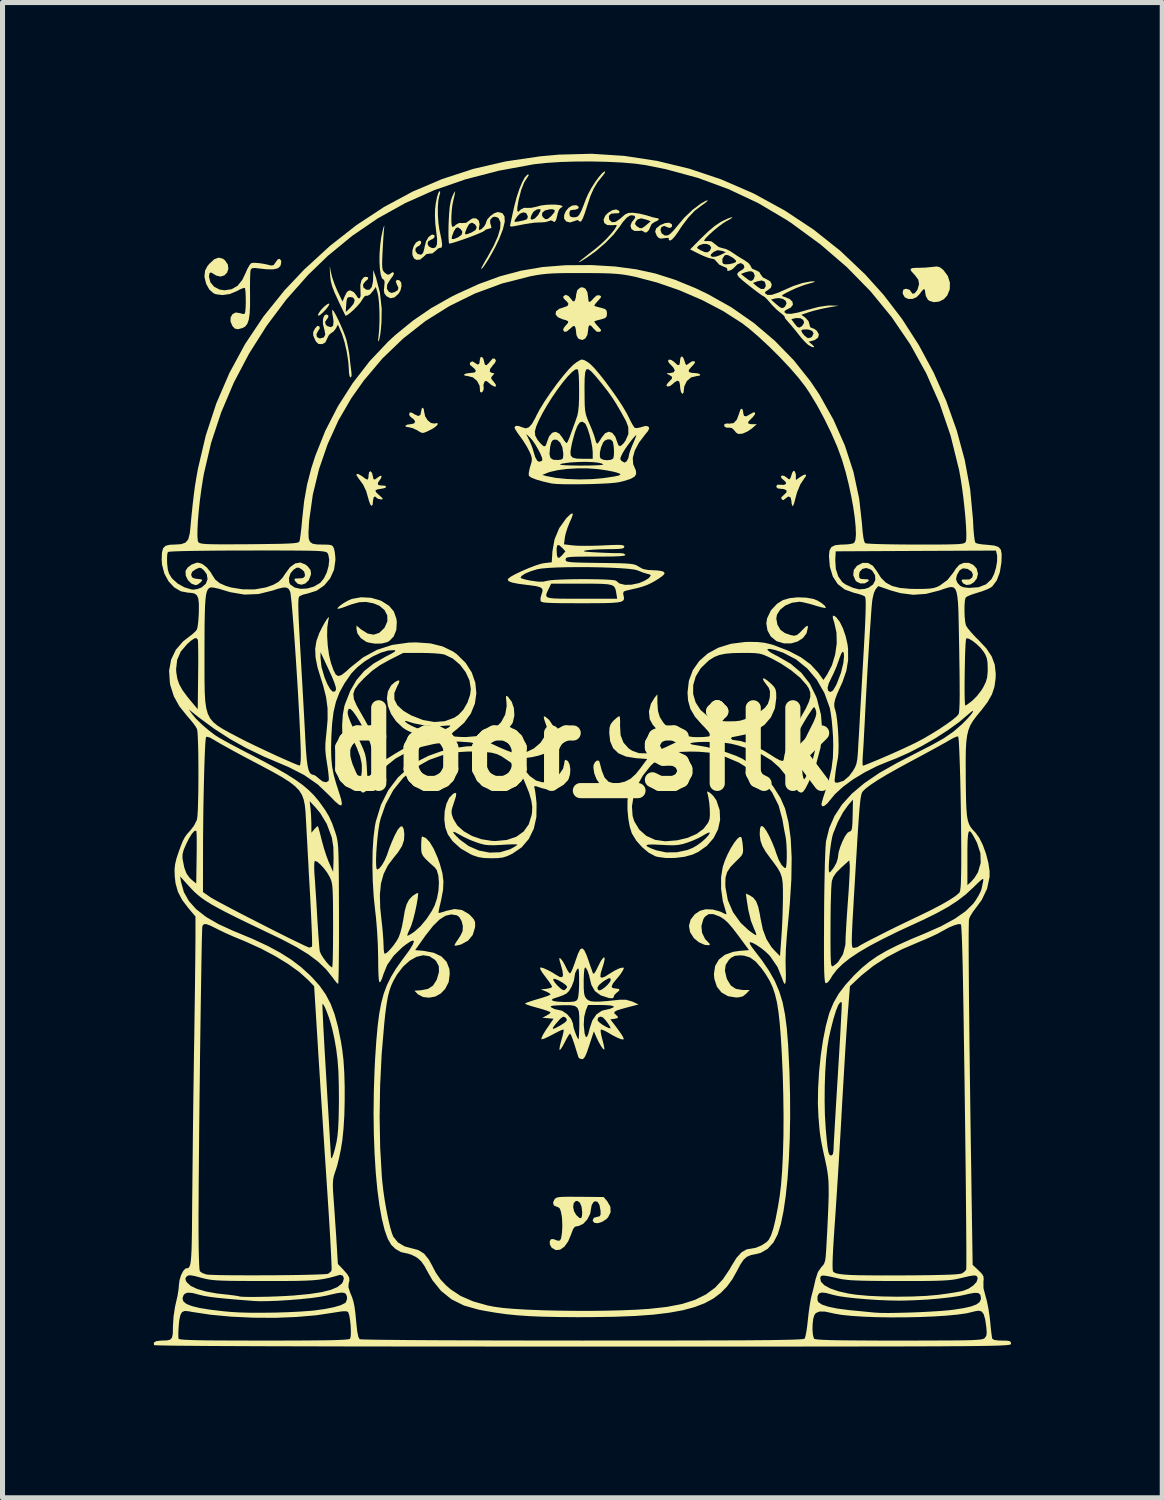
<source format=kicad_pcb>
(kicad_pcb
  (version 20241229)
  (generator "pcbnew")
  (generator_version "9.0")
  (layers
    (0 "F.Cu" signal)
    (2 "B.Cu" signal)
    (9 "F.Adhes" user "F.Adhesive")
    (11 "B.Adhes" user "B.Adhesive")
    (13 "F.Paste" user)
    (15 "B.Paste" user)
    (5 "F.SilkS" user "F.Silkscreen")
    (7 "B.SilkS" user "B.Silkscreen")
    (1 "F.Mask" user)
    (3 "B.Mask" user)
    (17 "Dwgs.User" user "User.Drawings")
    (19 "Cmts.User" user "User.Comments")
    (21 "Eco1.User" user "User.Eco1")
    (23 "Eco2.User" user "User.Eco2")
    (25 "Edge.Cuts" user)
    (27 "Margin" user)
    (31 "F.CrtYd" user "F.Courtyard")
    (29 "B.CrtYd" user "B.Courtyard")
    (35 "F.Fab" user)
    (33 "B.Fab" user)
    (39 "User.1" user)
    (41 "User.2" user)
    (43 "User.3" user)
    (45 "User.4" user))
  (footprint "door_silk"
    (layer "F.Cu")
    (at 8.498 11.811)
    (property "Reference" "door_silk" (at 0 0 0) (layer "F.SilkS") (effects (font (size 1.5 1.5) (thickness 0.3))))
    (attr board_only exclude_from_pos_files exclude_from_bom)
    (fp_poly (pts (xy -5.014 -8.832) (xy -5.014 -8.831) (xy -5.034 -8.788) (xy -5.083 -8.725) (xy -5.144 -8.661) (xy -5.2 -8.612) (xy -5.233 -8.596) (xy -5.239 -8.617) (xy -5.227 -8.648) (xy -5.186 -8.707) (xy -5.131 -8.766) (xy -5.075 -8.814) (xy -5.032 -8.84)) (stroke (width 0) (type solid)) (fill yes) (layer "F.SilkS"))
    (fp_poly (pts (xy 3.191 -6.708) (xy 3.194 -6.669) (xy 3.21 -6.611) (xy 3.256 -6.603) (xy 3.326 -6.642) (xy 3.395 -6.681) (xy 3.43 -6.678) (xy 3.427 -6.643) (xy 3.383 -6.585) (xy 3.358 -6.561) (xy 3.298 -6.5) (xy 3.291 -6.464) (xy 3.338 -6.448) (xy 3.374 -6.447) (xy 3.464 -6.447) (xy 3.366 -6.362) (xy 3.28 -6.303) (xy 3.19 -6.263) (xy 3.171 -6.258) (xy 3.097 -6.253) (xy 3.05 -6.282) (xy 3.025 -6.316) (xy 2.969 -6.371) (xy 2.923 -6.378) (xy 2.861 -6.378) (xy 2.82 -6.403) (xy 2.817 -6.442) (xy 2.818 -6.443) (xy 2.858 -6.461) (xy 2.921 -6.458) (xy 3.003 -6.468) (xy 3.066 -6.535) (xy 3.113 -6.658) (xy 3.118 -6.679) (xy 3.143 -6.745) (xy 3.172 -6.754)) (stroke (width 0) (type solid)) (fill yes) (layer "F.SilkS"))
    (fp_poly (pts (xy -3.142 -6.749) (xy -3.134 -6.69) (xy -3.115 -6.603) (xy -3.066 -6.525) (xy -3.001 -6.472) (xy -2.935 -6.459) (xy -2.929 -6.461) (xy -2.874 -6.469) (xy -2.863 -6.451) (xy -2.888 -6.415) (xy -2.944 -6.371) (xy -3.008 -6.335) (xy -3.095 -6.293) (xy -3.149 -6.274) (xy -3.19 -6.278) (xy -3.239 -6.305) (xy -3.276 -6.328) (xy -3.362 -6.368) (xy -3.442 -6.387) (xy -3.45 -6.387) (xy -3.5 -6.397) (xy -3.507 -6.417) (xy -3.467 -6.439) (xy -3.401 -6.447) (xy -3.332 -6.463) (xy -3.313 -6.503) (xy -3.348 -6.551) (xy -3.373 -6.566) (xy -3.42 -6.609) (xy -3.432 -6.642) (xy -3.42 -6.68) (xy -3.378 -6.675) (xy -3.32 -6.639) (xy -3.25 -6.609) (xy -3.208 -6.632) (xy -3.194 -6.702) (xy -3.183 -6.758) (xy -3.164 -6.775)) (stroke (width 0) (type solid)) (fill yes) (layer "F.SilkS"))
    (fp_poly (pts (xy -4.189 -3.004) (xy -4.006 -2.951) (xy -3.976 -2.937) (xy -3.83 -2.844) (xy -3.736 -2.732) (xy -3.686 -2.59) (xy -3.677 -2.519) (xy -3.687 -2.365) (xy -3.739 -2.236) (xy -3.829 -2.144) (xy -3.866 -2.124) (xy -3.978 -2.096) (xy -4.114 -2.094) (xy -4.245 -2.117) (xy -4.287 -2.132) (xy -4.39 -2.202) (xy -4.458 -2.296) (xy -4.477 -2.382) (xy -4.477 -2.453) (xy -4.385 -2.376) (xy -4.257 -2.295) (xy -4.136 -2.272) (xy -4.026 -2.308) (xy -3.928 -2.401) (xy -3.916 -2.418) (xy -3.864 -2.539) (xy -3.867 -2.656) (xy -3.922 -2.761) (xy -4.024 -2.846) (xy -4.141 -2.894) (xy -4.285 -2.921) (xy -4.423 -2.915) (xy -4.575 -2.874) (xy -4.646 -2.848) (xy -4.744 -2.811) (xy -4.818 -2.789) (xy -4.854 -2.784) (xy -4.854 -2.785) (xy -4.844 -2.811) (xy -4.796 -2.854) (xy -4.724 -2.903) (xy -4.643 -2.949) (xy -4.57 -2.981) (xy -4.386 -3.014)) (stroke (width 0) (type solid)) (fill yes) (layer "F.SilkS"))
    (fp_poly (pts (xy 2.482 -10.872) (xy 2.432 -10.829) (xy 2.362 -10.78) (xy 2.232 -10.68) (xy 2.105 -10.546) (xy 1.973 -10.37) (xy 1.901 -10.26) (xy 1.839 -10.173) (xy 1.783 -10.112) (xy 1.745 -10.088) (xy 1.714 -10.104) (xy 1.719 -10.122) (xy 1.716 -10.142) (xy 1.664 -10.141) (xy 1.632 -10.136) (xy 1.555 -10.128) (xy 1.508 -10.149) (xy 1.478 -10.188) (xy 1.447 -10.265) (xy 1.467 -10.33) (xy 1.544 -10.392) (xy 1.55 -10.396) (xy 1.646 -10.437) (xy 1.727 -10.443) (xy 1.777 -10.414) (xy 1.778 -10.414) (xy 1.783 -10.368) (xy 1.75 -10.341) (xy 1.701 -10.347) (xy 1.688 -10.356) (xy 1.626 -10.38) (xy 1.573 -10.358) (xy 1.552 -10.302) (xy 1.577 -10.23) (xy 1.638 -10.19) (xy 1.701 -10.193) (xy 1.75 -10.226) (xy 1.817 -10.294) (xy 1.877 -10.367) (xy 2.024 -10.542) (xy 2.191 -10.701) (xy 2.357 -10.825) (xy 2.367 -10.831) (xy 2.45 -10.877) (xy 2.488 -10.889)) (stroke (width 0) (type solid)) (fill yes) (layer "F.SilkS"))
    (fp_poly (pts (xy 0.454 -11.442) (xy 0.422 -11.393) (xy 0.397 -11.363) (xy 0.302 -11.243) (xy 0.228 -11.119) (xy 0.163 -10.971) (xy 0.103 -10.79) (xy 0.052 -10.633) (xy 0.013 -10.529) (xy -0.019 -10.473) (xy -0.044 -10.462) (xy -0.061 -10.478) (xy -0.094 -10.497) (xy -0.143 -10.479) (xy -0.24 -10.448) (xy -0.318 -10.469) (xy -0.359 -10.524) (xy -0.358 -10.597) (xy -0.325 -10.673) (xy -0.269 -10.74) (xy -0.198 -10.784) (xy -0.123 -10.791) (xy -0.105 -10.786) (xy -0.067 -10.756) (xy -0.079 -10.724) (xy -0.131 -10.703) (xy -0.167 -10.7) (xy -0.23 -10.692) (xy -0.252 -10.655) (xy -0.254 -10.626) (xy -0.244 -10.572) (xy -0.202 -10.553) (xy -0.165 -10.551) (xy -0.121 -10.554) (xy -0.085 -10.571) (xy -0.053 -10.609) (xy -0.017 -10.678) (xy 0.027 -10.788) (xy 0.072 -10.909) (xy 0.119 -11.016) (xy 0.183 -11.133) (xy 0.256 -11.248) (xy 0.329 -11.348) (xy 0.394 -11.423) (xy 0.442 -11.46) (xy 0.451 -11.461)) (stroke (width 0) (type solid)) (fill yes) (layer "F.SilkS"))
    (fp_poly (pts (xy 7.097 -9.559) (xy 7.159 -9.51) (xy 7.165 -9.505) (xy 7.252 -9.388) (xy 7.294 -9.255) (xy 7.291 -9.122) (xy 7.242 -9.001) (xy 7.174 -8.926) (xy 7.078 -8.878) (xy 6.974 -8.867) (xy 6.884 -8.895) (xy 6.855 -8.919) (xy 6.816 -8.991) (xy 6.805 -9.054) (xy 6.797 -9.116) (xy 6.772 -9.124) (xy 6.728 -9.077) (xy 6.7 -9.035) (xy 6.633 -8.966) (xy 6.549 -8.931) (xy 6.466 -8.931) (xy 6.398 -8.964) (xy 6.361 -9.029) (xy 6.357 -9.06) (xy 6.37 -9.116) (xy 6.42 -9.133) (xy 6.43 -9.133) (xy 6.498 -9.111) (xy 6.521 -9.075) (xy 6.553 -9.034) (xy 6.596 -9.044) (xy 6.642 -9.102) (xy 6.652 -9.121) (xy 6.682 -9.224) (xy 6.667 -9.312) (xy 6.6 -9.403) (xy 6.583 -9.421) (xy 6.525 -9.485) (xy 6.512 -9.524) (xy 6.547 -9.543) (xy 6.635 -9.549) (xy 6.686 -9.549) (xy 6.806 -9.553) (xy 6.93 -9.565) (xy 6.949 -9.567) (xy 7.037 -9.576)) (stroke (width 0) (type solid)) (fill yes) (layer "F.SilkS"))
    (fp_poly (pts (xy 4.446 -3.006) (xy 4.582 -2.982) (xy 4.671 -2.947) (xy 4.754 -2.896) (xy 4.815 -2.843) (xy 4.835 -2.804) (xy 4.809 -2.802) (xy 4.74 -2.816) (xy 4.641 -2.844) (xy 4.61 -2.854) (xy 4.492 -2.888) (xy 4.387 -2.913) (xy 4.315 -2.925) (xy 4.308 -2.925) (xy 4.16 -2.905) (xy 4.029 -2.85) (xy 3.927 -2.768) (xy 3.864 -2.669) (xy 3.85 -2.593) (xy 3.873 -2.47) (xy 3.933 -2.368) (xy 4.019 -2.305) (xy 4.021 -2.304) (xy 4.13 -2.265) (xy 4.203 -2.251) (xy 4.259 -2.265) (xy 4.316 -2.311) (xy 4.36 -2.357) (xy 4.426 -2.423) (xy 4.461 -2.449) (xy 4.475 -2.439) (xy 4.477 -2.416) (xy 4.45 -2.299) (xy 4.378 -2.204) (xy 4.272 -2.136) (xy 4.143 -2.099) (xy 4.003 -2.099) (xy 3.864 -2.14) (xy 3.846 -2.15) (xy 3.741 -2.236) (xy 3.675 -2.357) (xy 3.652 -2.495) (xy 3.668 -2.596) (xy 3.745 -2.756) (xy 3.867 -2.886) (xy 3.983 -2.958) (xy 4.114 -2.996) (xy 4.276 -3.013)) (stroke (width 0) (type solid)) (fill yes) (layer "F.SilkS"))
    (fp_poly (pts (xy 4.218 -5.511) (xy 4.236 -5.46) (xy 4.238 -5.43) (xy 4.238 -5.339) (xy 4.33 -5.404) (xy 4.399 -5.443) (xy 4.438 -5.448) (xy 4.439 -5.42) (xy 4.411 -5.38) (xy 4.329 -5.256) (xy 4.261 -5.093) (xy 4.225 -4.96) (xy 4.204 -4.877) (xy 4.183 -4.828) (xy 4.171 -4.823) (xy 4.155 -4.867) (xy 4.149 -4.93) (xy 4.132 -4.997) (xy 4.09 -5.013) (xy 4.034 -4.975) (xy 4.028 -4.968) (xy 3.988 -4.94) (xy 3.958 -4.956) (xy 3.947 -4.992) (xy 3.989 -5.034) (xy 3.992 -5.036) (xy 4.051 -5.092) (xy 4.053 -5.135) (xy 3.999 -5.16) (xy 3.955 -5.164) (xy 3.88 -5.172) (xy 3.851 -5.201) (xy 3.85 -5.212) (xy 3.868 -5.246) (xy 3.923 -5.246) (xy 4.003 -5.243) (xy 4.043 -5.263) (xy 4.037 -5.301) (xy 4.007 -5.329) (xy 3.957 -5.373) (xy 3.94 -5.404) (xy 3.96 -5.43) (xy 4.008 -5.421) (xy 4.064 -5.383) (xy 4.097 -5.356) (xy 4.118 -5.356) (xy 4.137 -5.393) (xy 4.163 -5.477) (xy 4.166 -5.484) (xy 4.19 -5.522)) (stroke (width 0) (type solid)) (fill yes) (layer "F.SilkS"))
    (fp_poly (pts (xy -4.169 -5.481) (xy -4.154 -5.422) (xy -4.14 -5.359) (xy -4.112 -5.349) (xy -4.058 -5.388) (xy -4.054 -5.392) (xy -4 -5.425) (xy -3.977 -5.412) (xy -3.995 -5.366) (xy -4.01 -5.348) (xy -4.054 -5.282) (xy -4.046 -5.241) (xy -3.988 -5.23) (xy -3.977 -5.231) (xy -3.915 -5.227) (xy -3.887 -5.208) (xy -3.906 -5.184) (xy -3.961 -5.17) (xy -4.059 -5.155) (xy -4.101 -5.134) (xy -4.09 -5.099) (xy -4.031 -5.042) (xy -4.031 -5.042) (xy -3.971 -4.989) (xy -3.954 -4.963) (xy -3.977 -4.955) (xy -3.991 -4.955) (xy -4.051 -4.967) (xy -4.074 -4.984) (xy -4.11 -5.015) (xy -4.138 -4.992) (xy -4.149 -4.927) (xy -4.157 -4.849) (xy -4.177 -4.826) (xy -4.204 -4.856) (xy -4.233 -4.937) (xy -4.239 -4.962) (xy -4.285 -5.121) (xy -4.345 -5.247) (xy -4.43 -5.365) (xy -4.434 -5.369) (xy -4.476 -5.432) (xy -4.473 -5.462) (xy -4.433 -5.455) (xy -4.36 -5.411) (xy -4.35 -5.402) (xy -4.284 -5.355) (xy -4.25 -5.352) (xy -4.239 -5.395) (xy -4.238 -5.435) (xy -4.226 -5.499) (xy -4.198 -5.514)) (stroke (width 0) (type solid)) (fill yes) (layer "F.SilkS"))
    (fp_poly (pts (xy -3.927 -10.357) (xy -3.934 -10.287) (xy -3.942 -10.172) (xy -3.951 -10.03) (xy -3.959 -9.879) (xy -3.966 -9.724) (xy -3.968 -9.616) (xy -3.964 -9.546) (xy -3.954 -9.501) (xy -3.935 -9.471) (xy -3.913 -9.449) (xy -3.859 -9.412) (xy -3.82 -9.421) (xy -3.814 -9.426) (xy -3.77 -9.457) (xy -3.755 -9.462) (xy -3.732 -9.443) (xy -3.752 -9.39) (xy -3.806 -9.318) (xy -3.867 -9.219) (xy -3.874 -9.134) (xy -3.834 -9.073) (xy -3.782 -9.05) (xy -3.715 -9.069) (xy -3.655 -9.108) (xy -3.647 -9.159) (xy -3.678 -9.222) (xy -3.698 -9.281) (xy -3.674 -9.309) (xy -3.628 -9.302) (xy -3.591 -9.26) (xy -3.584 -9.186) (xy -3.604 -9.101) (xy -3.641 -9.036) (xy -3.723 -8.962) (xy -3.805 -8.945) (xy -3.882 -8.986) (xy -3.885 -8.989) (xy -3.923 -9.04) (xy -3.934 -9.103) (xy -3.926 -9.181) (xy -3.919 -9.269) (xy -3.931 -9.31) (xy -3.937 -9.312) (xy -3.971 -9.34) (xy -3.996 -9.416) (xy -4.013 -9.531) (xy -4.021 -9.672) (xy -4.019 -9.83) (xy -4.007 -9.995) (xy -3.986 -10.155) (xy -3.956 -10.297) (xy -3.936 -10.366) (xy -3.925 -10.387)) (stroke (width 0) (type solid)) (fill yes) (layer "F.SilkS"))
    (fp_poly (pts (xy -1.96 -7.746) (xy -1.946 -7.691) (xy -1.929 -7.627) (xy -1.897 -7.618) (xy -1.847 -7.665) (xy -1.825 -7.693) (xy -1.779 -7.746) (xy -1.745 -7.751) (xy -1.727 -7.738) (xy -1.711 -7.705) (xy -1.732 -7.661) (xy -1.773 -7.614) (xy -1.827 -7.541) (xy -1.832 -7.488) (xy -1.791 -7.463) (xy -1.772 -7.462) (xy -1.744 -7.456) (xy -1.76 -7.429) (xy -1.775 -7.413) (xy -1.806 -7.375) (xy -1.797 -7.339) (xy -1.763 -7.299) (xy -1.714 -7.233) (xy -1.71 -7.196) (xy -1.743 -7.193) (xy -1.805 -7.227) (xy -1.843 -7.26) (xy -1.894 -7.301) (xy -1.925 -7.302) (xy -1.941 -7.282) (xy -1.959 -7.224) (xy -1.956 -7.201) (xy -1.953 -7.143) (xy -1.975 -7.091) (xy -2.003 -7.074) (xy -2.026 -7.092) (xy -2.026 -7.096) (xy -2.034 -7.207) (xy -2.086 -7.306) (xy -2.169 -7.376) (xy -2.269 -7.402) (xy -2.329 -7.41) (xy -2.344 -7.431) (xy -2.343 -7.432) (xy -2.303 -7.452) (xy -2.231 -7.462) (xy -2.224 -7.462) (xy -2.137 -7.472) (xy -2.107 -7.5) (xy -2.134 -7.546) (xy -2.171 -7.577) (xy -2.224 -7.623) (xy -2.229 -7.657) (xy -2.217 -7.674) (xy -2.179 -7.694) (xy -2.133 -7.668) (xy -2.125 -7.661) (xy -2.071 -7.629) (xy -2.039 -7.651) (xy -2.03 -7.723) (xy -2.017 -7.775) (xy -1.989 -7.781)) (stroke (width 0) (type solid)) (fill yes) (layer "F.SilkS"))
    (fp_poly (pts (xy -2.818 -11.031) (xy -2.835 -10.971) (xy -2.854 -10.879) (xy -2.863 -10.747) (xy -2.862 -10.593) (xy -2.851 -10.435) (xy -2.83 -10.292) (xy -2.821 -10.253) (xy -2.789 -10.099) (xy -2.778 -9.998) (xy -2.79 -9.95) (xy -2.813 -9.946) (xy -2.855 -9.934) (xy -2.906 -9.887) (xy -2.906 -9.887) (xy -2.973 -9.833) (xy -3.023 -9.831) (xy -3.091 -9.82) (xy -3.141 -9.773) (xy -3.213 -9.713) (xy -3.288 -9.706) (xy -3.337 -9.736) (xy -3.368 -9.803) (xy -3.368 -9.89) (xy -3.342 -9.98) (xy -3.295 -10.052) (xy -3.236 -10.087) (xy -3.224 -10.088) (xy -3.195 -10.07) (xy -3.198 -10.029) (xy -3.228 -9.99) (xy -3.253 -9.978) (xy -3.302 -9.942) (xy -3.309 -9.885) (xy -3.274 -9.833) (xy -3.259 -9.823) (xy -3.199 -9.807) (xy -3.158 -9.84) (xy -3.132 -9.926) (xy -3.126 -9.964) (xy -3.097 -10.075) (xy -3.047 -10.16) (xy -2.987 -10.204) (xy -2.965 -10.208) (xy -2.928 -10.192) (xy -2.93 -10.156) (xy -2.966 -10.12) (xy -3 -10.106) (xy -3.056 -10.072) (xy -3.068 -10.021) (xy -3.041 -9.972) (xy -2.981 -9.942) (xy -2.951 -9.939) (xy -2.904 -9.958) (xy -2.88 -10.018) (xy -2.878 -10.125) (xy -2.897 -10.282) (xy -2.914 -10.429) (xy -2.921 -10.588) (xy -2.918 -10.707) (xy -2.904 -10.828) (xy -2.883 -10.937) (xy -2.859 -11.02) (xy -2.835 -11.065) (xy -2.819 -11.067)) (stroke (width 0) (type solid)) (fill yes) (layer "F.SilkS"))
    (fp_poly (pts (xy 1.993 -7.782) (xy 2.012 -7.75) (xy 2.037 -7.679) (xy 2.048 -7.644) (xy 2.066 -7.62) (xy 2.102 -7.64) (xy 2.115 -7.652) (xy 2.174 -7.691) (xy 2.221 -7.699) (xy 2.239 -7.676) (xy 2.219 -7.641) (xy 2.171 -7.587) (xy 2.165 -7.582) (xy 2.114 -7.521) (xy 2.117 -7.482) (xy 2.176 -7.464) (xy 2.224 -7.462) (xy 2.297 -7.454) (xy 2.341 -7.434) (xy 2.343 -7.432) (xy 2.331 -7.411) (xy 2.274 -7.402) (xy 2.272 -7.402) (xy 2.161 -7.375) (xy 2.075 -7.302) (xy 2.026 -7.198) (xy 2.02 -7.156) (xy 2.01 -7.074) (xy 1.991 -7.046) (xy 1.966 -7.074) (xy 1.958 -7.091) (xy 1.945 -7.156) (xy 1.94 -7.225) (xy 1.925 -7.294) (xy 1.885 -7.31) (xy 1.825 -7.273) (xy 1.806 -7.253) (xy 1.751 -7.209) (xy 1.7 -7.193) (xy 1.673 -7.209) (xy 1.671 -7.218) (xy 1.691 -7.255) (xy 1.731 -7.298) (xy 1.781 -7.352) (xy 1.78 -7.389) (xy 1.727 -7.424) (xy 1.724 -7.425) (xy 1.679 -7.449) (xy 1.687 -7.458) (xy 1.737 -7.46) (xy 1.814 -7.476) (xy 1.837 -7.515) (xy 1.805 -7.575) (xy 1.78 -7.601) (xy 1.727 -7.656) (xy 1.702 -7.698) (xy 1.701 -7.702) (xy 1.721 -7.729) (xy 1.768 -7.721) (xy 1.824 -7.683) (xy 1.836 -7.671) (xy 1.893 -7.62) (xy 1.927 -7.623) (xy 1.94 -7.682) (xy 1.94 -7.701) (xy 1.949 -7.763) (xy 1.97 -7.79) (xy 1.971 -7.79)) (stroke (width 0) (type solid)) (fill yes) (layer "F.SilkS"))
    (fp_poly (pts (xy -4.931 -8.69) (xy -4.891 -8.622) (xy -4.841 -8.524) (xy -4.789 -8.41) (xy -4.739 -8.293) (xy -4.698 -8.186) (xy -4.676 -8.118) (xy -4.647 -7.989) (xy -4.621 -7.845) (xy -4.613 -7.775) (xy -4.6 -7.655) (xy -4.586 -7.54) (xy -4.578 -7.484) (xy -4.574 -7.404) (xy -4.591 -7.373) (xy -4.594 -7.372) (xy -4.614 -7.399) (xy -4.626 -7.471) (xy -4.627 -7.514) (xy -4.639 -7.685) (xy -4.669 -7.878) (xy -4.712 -8.068) (xy -4.763 -8.231) (xy -4.777 -8.264) (xy -4.845 -8.423) (xy -4.885 -8.347) (xy -4.932 -8.285) (xy -4.978 -8.255) (xy -5.023 -8.216) (xy -5.059 -8.146) (xy -5.06 -8.141) (xy -5.095 -8.068) (xy -5.152 -8.037) (xy -5.169 -8.035) (xy -5.234 -8.04) (xy -5.28 -8.086) (xy -5.296 -8.115) (xy -5.335 -8.206) (xy -5.336 -8.275) (xy -5.299 -8.346) (xy -5.294 -8.353) (xy -5.25 -8.398) (xy -5.215 -8.39) (xy -5.204 -8.349) (xy -5.237 -8.299) (xy -5.272 -8.233) (xy -5.262 -8.177) (xy -5.212 -8.149) (xy -5.198 -8.148) (xy -5.125 -8.168) (xy -5.096 -8.226) (xy -5.113 -8.323) (xy -5.121 -8.345) (xy -5.143 -8.438) (xy -5.142 -8.528) (xy -5.12 -8.596) (xy -5.08 -8.626) (xy -5.077 -8.626) (xy -5.036 -8.606) (xy -5.037 -8.564) (xy -5.059 -8.536) (xy -5.1 -8.476) (xy -5.085 -8.418) (xy -5.05 -8.39) (xy -4.98 -8.371) (xy -4.94 -8.402) (xy -4.932 -8.483) (xy -4.943 -8.564) (xy -4.957 -8.649) (xy -4.96 -8.704) (xy -4.955 -8.715)) (stroke (width 0) (type solid)) (fill yes) (layer "F.SilkS"))
    (fp_poly (pts (xy -0.105 8.878) (xy -0.042 8.878) (xy 0.426 8.883) (xy 0.496 8.965) (xy 0.559 9.074) (xy 0.564 9.185) (xy 0.513 9.287) (xy 0.475 9.325) (xy 0.392 9.377) (xy 0.31 9.402) (xy 0.245 9.396) (xy 0.211 9.36) (xy 0.209 9.344) (xy 0.23 9.296) (xy 0.291 9.277) (xy 0.343 9.266) (xy 0.364 9.236) (xy 0.365 9.169) (xy 0.363 9.148) (xy 0.343 9.041) (xy 0.305 8.979) (xy 0.256 8.966) (xy 0.225 8.983) (xy 0.189 9.042) (xy 0.179 9.093) (xy 0.158 9.216) (xy 0.102 9.327) (xy 0.022 9.413) (xy -0.071 9.458) (xy -0.106 9.462) (xy -0.147 9.474) (xy -0.181 9.52) (xy -0.216 9.612) (xy -0.219 9.622) (xy -0.279 9.765) (xy -0.354 9.869) (xy -0.437 9.927) (xy -0.521 9.936) (xy -0.6 9.892) (xy -0.61 9.882) (xy -0.642 9.821) (xy -0.644 9.761) (xy -0.62 9.72) (xy -0.574 9.716) (xy -0.572 9.717) (xy -0.491 9.747) (xy -0.445 9.747) (xy -0.42 9.708) (xy -0.405 9.62) (xy -0.401 9.594) (xy -0.394 9.46) (xy -0.399 9.316) (xy -0.406 9.255) (xy -0.426 9.157) (xy -0.449 9.104) (xy -0.484 9.082) (xy -0.491 9.08) (xy -0.179 9.08) (xy -0.161 9.165) (xy -0.117 9.241) (xy -0.114 9.243) (xy -0.054 9.298) (xy -0.019 9.302) (xy -0.003 9.253) (xy 0 9.184) (xy -0.013 9.072) (xy -0.047 8.994) (xy -0.097 8.959) (xy -0.13 8.963) (xy -0.169 9.006) (xy -0.179 9.08) (xy -0.491 9.08) (xy -0.497 9.079) (xy -0.563 9.049) (xy -0.578 8.992) (xy -0.551 8.932) (xy -0.532 8.91) (xy -0.503 8.894) (xy -0.455 8.884) (xy -0.38 8.879) (xy -0.266 8.877)) (stroke (width 0) (type solid)) (fill yes) (layer "F.SilkS"))
    (fp_poly (pts (xy -7.128 -9.73) (xy -7.087 -9.699) (xy -7.029 -9.615) (xy -7.018 -9.53) (xy -7.043 -9.453) (xy -7.098 -9.398) (xy -7.173 -9.375) (xy -7.26 -9.395) (xy -7.296 -9.418) (xy -7.359 -9.456) (xy -7.392 -9.445) (xy -7.402 -9.382) (xy -7.402 -9.37) (xy -7.375 -9.262) (xy -7.301 -9.174) (xy -7.194 -9.118) (xy -7.095 -9.103) (xy -6.951 -9.125) (xy -6.836 -9.192) (xy -6.742 -9.309) (xy -6.685 -9.428) (xy -6.641 -9.527) (xy -6.597 -9.604) (xy -6.566 -9.641) (xy -6.512 -9.649) (xy -6.421 -9.643) (xy -6.31 -9.627) (xy -6.201 -9.602) (xy -6.171 -9.594) (xy -6.12 -9.602) (xy -6.084 -9.654) (xy -6.042 -9.714) (xy -6 -9.727) (xy -5.973 -9.693) (xy -5.969 -9.659) (xy -5.985 -9.586) (xy -6.036 -9.539) (xy -6.128 -9.518) (xy -6.266 -9.52) (xy -6.392 -9.534) (xy -6.489 -9.545) (xy -6.542 -9.542) (xy -6.568 -9.524) (xy -6.578 -9.502) (xy -6.583 -9.453) (xy -6.587 -9.357) (xy -6.589 -9.226) (xy -6.589 -9.073) (xy -6.588 -9.014) (xy -6.588 -8.799) (xy -6.596 -8.637) (xy -6.614 -8.518) (xy -6.643 -8.436) (xy -6.686 -8.383) (xy -6.737 -8.355) (xy -6.829 -8.33) (xy -6.891 -8.344) (xy -6.938 -8.394) (xy -6.976 -8.484) (xy -6.973 -8.567) (xy -6.935 -8.631) (xy -6.87 -8.663) (xy -6.787 -8.649) (xy -6.726 -8.632) (xy -6.693 -8.639) (xy -6.683 -8.678) (xy -6.676 -8.758) (xy -6.673 -8.862) (xy -6.674 -8.971) (xy -6.678 -9.067) (xy -6.686 -9.133) (xy -6.692 -9.15) (xy -6.726 -9.146) (xy -6.793 -9.118) (xy -6.849 -9.087) (xy -6.989 -9.029) (xy -7.135 -9.008) (xy -7.267 -9.025) (xy -7.314 -9.045) (xy -7.396 -9.118) (xy -7.458 -9.229) (xy -7.49 -9.356) (xy -7.492 -9.393) (xy -7.48 -9.494) (xy -7.435 -9.58) (xy -7.399 -9.625) (xy -7.3 -9.717) (xy -7.211 -9.751)) (stroke (width 0) (type solid)) (fill yes) (layer "F.SilkS"))
    (fp_poly (pts (xy 0.064 -9.136) (xy 0.104 -9.063) (xy 0.119 -8.956) (xy 0.126 -8.886) (xy 0.149 -8.87) (xy 0.194 -8.907) (xy 0.225 -8.944) (xy 0.286 -9) (xy 0.341 -9.004) (xy 0.343 -9.003) (xy 0.374 -8.986) (xy 0.369 -8.959) (xy 0.327 -8.909) (xy 0.313 -8.894) (xy 0.263 -8.837) (xy 0.24 -8.8) (xy 0.241 -8.794) (xy 0.276 -8.781) (xy 0.346 -8.762) (xy 0.373 -8.756) (xy 0.45 -8.733) (xy 0.484 -8.701) (xy 0.492 -8.645) (xy 0.492 -8.641) (xy 0.485 -8.583) (xy 0.453 -8.55) (xy 0.379 -8.527) (xy 0.373 -8.526) (xy 0.295 -8.506) (xy 0.247 -8.49) (xy 0.241 -8.487) (xy 0.251 -8.461) (xy 0.293 -8.409) (xy 0.313 -8.388) (xy 0.364 -8.331) (xy 0.376 -8.3) (xy 0.352 -8.282) (xy 0.344 -8.279) (xy 0.29 -8.281) (xy 0.234 -8.335) (xy 0.232 -8.337) (xy 0.175 -8.401) (xy 0.138 -8.409) (xy 0.121 -8.361) (xy 0.119 -8.325) (xy 0.104 -8.219) (xy 0.062 -8.147) (xy 0.004 -8.117) (xy -0.062 -8.136) (xy -0.084 -8.154) (xy -0.113 -8.212) (xy -0.119 -8.256) (xy -0.128 -8.334) (xy -0.138 -8.372) (xy -0.156 -8.397) (xy -0.187 -8.387) (xy -0.243 -8.338) (xy -0.305 -8.287) (xy -0.346 -8.279) (xy -0.364 -8.291) (xy -0.379 -8.327) (xy -0.351 -8.377) (xy -0.329 -8.401) (xy -0.282 -8.456) (xy -0.278 -8.487) (xy -0.321 -8.51) (xy -0.386 -8.527) (xy -0.484 -8.57) (xy -0.528 -8.626) (xy -0.519 -8.685) (xy -0.457 -8.735) (xy -0.37 -8.763) (xy -0.293 -8.791) (xy -0.272 -8.835) (xy -0.31 -8.888) (xy -0.332 -8.905) (xy -0.372 -8.949) (xy -0.375 -8.982) (xy -0.329 -9.013) (xy -0.273 -8.991) (xy -0.224 -8.935) (xy -0.184 -8.885) (xy -0.157 -8.885) (xy -0.146 -8.898) (xy -0.126 -8.959) (xy -0.12 -9.015) (xy -0.098 -9.105) (xy -0.039 -9.156) (xy 0.005 -9.163)) (stroke (width 0) (type solid)) (fill yes) (layer "F.SilkS"))
    (fp_poly (pts (xy 0.727 -10.683) (xy 0.74 -10.66) (xy 0.732 -10.633) (xy 0.677 -10.629) (xy 0.659 -10.63) (xy 0.574 -10.622) (xy 0.529 -10.58) (xy 0.534 -10.514) (xy 0.54 -10.5) (xy 0.591 -10.453) (xy 0.664 -10.461) (xy 0.756 -10.524) (xy 0.781 -10.548) (xy 0.854 -10.61) (xy 0.917 -10.637) (xy 1.001 -10.641) (xy 1.021 -10.639) (xy 1.138 -10.623) (xy 1.263 -10.593) (xy 1.296 -10.583) (xy 1.386 -10.555) (xy 1.458 -10.538) (xy 1.478 -10.536) (xy 1.519 -10.524) (xy 1.513 -10.497) (xy 1.467 -10.47) (xy 1.448 -10.464) (xy 1.379 -10.419) (xy 1.356 -10.373) (xy 1.324 -10.299) (xy 1.282 -10.254) (xy 1.241 -10.249) (xy 1.226 -10.264) (xy 1.179 -10.287) (xy 1.124 -10.281) (xy 1.035 -10.28) (xy 0.977 -10.319) (xy 0.958 -10.384) (xy 0.97 -10.418) (xy 1.047 -10.418) (xy 1.081 -10.375) (xy 1.088 -10.37) (xy 1.142 -10.336) (xy 1.185 -10.335) (xy 1.239 -10.37) (xy 1.274 -10.399) (xy 1.358 -10.472) (xy 1.271 -10.505) (xy 1.17 -10.53) (xy 1.1 -10.51) (xy 1.063 -10.467) (xy 1.047 -10.418) (xy 0.97 -10.418) (xy 0.986 -10.459) (xy 1.016 -10.492) (xy 1.053 -10.546) (xy 1.038 -10.582) (xy 0.979 -10.591) (xy 0.947 -10.585) (xy 0.885 -10.545) (xy 0.806 -10.456) (xy 0.75 -10.374) (xy 0.625 -10.211) (xy 0.459 -10.041) (xy 0.269 -9.878) (xy 0.119 -9.77) (xy 0.021 -9.706) (xy -0.043 -9.668) (xy -0.069 -9.658) (xy -0.053 -9.677) (xy -0.017 -9.706) (xy 0.046 -9.756) (xy 0.139 -9.83) (xy 0.247 -9.914) (xy 0.286 -9.945) (xy 0.385 -10.03) (xy 0.484 -10.126) (xy 0.573 -10.224) (xy 0.642 -10.31) (xy 0.681 -10.375) (xy 0.686 -10.395) (xy 0.661 -10.399) (xy 0.599 -10.393) (xy 0.597 -10.393) (xy 0.497 -10.397) (xy 0.438 -10.438) (xy 0.424 -10.503) (xy 0.457 -10.582) (xy 0.512 -10.639) (xy 0.597 -10.692) (xy 0.673 -10.707)) (stroke (width 0) (type solid)) (fill yes) (layer "F.SilkS"))
    (fp_poly (pts (xy -5.003 -9.57) (xy -4.994 -9.513) (xy -4.986 -9.469) (xy -4.96 -9.363) (xy -4.915 -9.232) (xy -4.861 -9.103) (xy -4.858 -9.096) (xy -4.754 -8.88) (xy -4.706 -8.994) (xy -4.667 -9.068) (xy -4.626 -9.098) (xy -4.59 -9.098) (xy -4.527 -9.064) (xy -4.483 -9.006) (xy -4.444 -8.948) (xy -4.413 -8.944) (xy -4.395 -8.99) (xy -4.397 -9.078) (xy -4.398 -9.092) (xy -4.401 -9.211) (xy -4.377 -9.305) (xy -4.331 -9.361) (xy -4.293 -9.372) (xy -4.245 -9.359) (xy -4.249 -9.325) (xy -4.303 -9.277) (xy -4.347 -9.22) (xy -4.34 -9.159) (xy -4.283 -9.114) (xy -4.219 -9.114) (xy -4.174 -9.168) (xy -4.15 -9.274) (xy -4.147 -9.338) (xy -4.144 -9.506) (xy -4.09 -9.355) (xy -4.013 -9.06) (xy -3.977 -8.737) (xy -3.981 -8.472) (xy -3.992 -8.339) (xy -4.006 -8.222) (xy -4.022 -8.138) (xy -4.029 -8.114) (xy -4.044 -8.086) (xy -4.048 -8.109) (xy -4.04 -8.187) (xy -4.039 -8.193) (xy -4.026 -8.339) (xy -4.02 -8.507) (xy -4.021 -8.681) (xy -4.029 -8.842) (xy -4.043 -8.974) (xy -4.056 -9.04) (xy -4.093 -9.17) (xy -4.142 -9.1) (xy -4.207 -9.021) (xy -4.261 -8.993) (xy -4.286 -8.997) (xy -4.319 -8.981) (xy -4.358 -8.926) (xy -4.366 -8.911) (xy -4.402 -8.857) (xy -4.462 -8.788) (xy -4.533 -8.716) (xy -4.604 -8.653) (xy -4.661 -8.61) (xy -4.693 -8.598) (xy -4.695 -8.599) (xy -4.71 -8.629) (xy -4.73 -8.671) (xy -4.69 -8.671) (xy -4.597 -8.759) (xy -4.535 -8.836) (xy -4.513 -8.902) (xy -4.513 -8.909) (xy -4.542 -8.958) (xy -4.596 -8.969) (xy -4.641 -8.964) (xy -4.665 -8.937) (xy -4.676 -8.874) (xy -4.68 -8.82) (xy -4.69 -8.671) (xy -4.73 -8.671) (xy -4.746 -8.702) (xy -4.795 -8.806) (xy -4.847 -8.916) (xy -4.916 -9.067) (xy -4.96 -9.183) (xy -4.986 -9.283) (xy -4.999 -9.384) (xy -5.001 -9.424) (xy -5.006 -9.528) (xy -5.007 -9.576)) (stroke (width 0) (type solid)) (fill yes) (layer "F.SilkS"))
    (fp_poly (pts (xy -1.06 -11.384) (xy -1.084 -11.348) (xy -1.15 -11.245) (xy -1.21 -11.091) (xy -1.26 -10.898) (xy -1.267 -10.86) (xy -1.287 -10.74) (xy -1.287 -10.674) (xy -1.269 -10.66) (xy -1.23 -10.693) (xy -1.222 -10.703) (xy -1.156 -10.738) (xy -1.095 -10.737) (xy -1.007 -10.739) (xy -0.909 -10.76) (xy -0.9 -10.763) (xy -0.817 -10.785) (xy -0.72 -10.798) (xy -0.619 -10.803) (xy -0.525 -10.802) (xy -0.449 -10.793) (xy -0.4 -10.779) (xy -0.389 -10.76) (xy -0.428 -10.736) (xy -0.43 -10.735) (xy -0.461 -10.698) (xy -0.487 -10.625) (xy -0.492 -10.598) (xy -0.516 -10.503) (xy -0.545 -10.458) (xy -0.576 -10.467) (xy -0.582 -10.476) (xy -0.62 -10.49) (xy -0.658 -10.476) (xy -0.726 -10.456) (xy -0.816 -10.449) (xy -0.828 -10.45) (xy -0.95 -10.444) (xy -1.126 -10.418) (xy -1.351 -10.374) (xy -1.366 -10.371) (xy -1.417 -10.368) (xy -1.432 -10.379) (xy -1.425 -10.415) (xy -1.412 -10.475) (xy -1.343 -10.475) (xy -1.338 -10.463) (xy -1.314 -10.461) (xy -1.259 -10.469) (xy -1.159 -10.49) (xy -1.155 -10.491) (xy -1.094 -10.514) (xy -1.087 -10.535) (xy -1.025 -10.535) (xy -1.015 -10.51) (xy -0.985 -10.506) (xy -0.935 -10.53) (xy -0.884 -10.584) (xy -0.796 -10.584) (xy -0.778 -10.554) (xy -0.732 -10.514) (xy -0.686 -10.517) (xy -0.623 -10.567) (xy -0.611 -10.579) (xy -0.551 -10.65) (xy -0.544 -10.693) (xy -0.59 -10.711) (xy -0.646 -10.709) (xy -0.739 -10.686) (xy -0.792 -10.641) (xy -0.796 -10.584) (xy -0.884 -10.584) (xy -0.88 -10.588) (xy -0.87 -10.602) (xy -0.829 -10.676) (xy -0.827 -10.71) (xy -0.868 -10.712) (xy -0.902 -10.705) (xy -0.966 -10.662) (xy -1.005 -10.597) (xy -1.025 -10.535) (xy -1.087 -10.535) (xy -1.079 -10.559) (xy -1.08 -10.574) (xy -1.11 -10.633) (xy -1.166 -10.65) (xy -1.234 -10.623) (xy -1.28 -10.578) (xy -1.323 -10.518) (xy -1.343 -10.477) (xy -1.343 -10.475) (xy -1.412 -10.475) (xy -1.407 -10.498) (xy -1.382 -10.614) (xy -1.35 -10.753) (xy -1.349 -10.761) (xy -1.301 -10.946) (xy -1.247 -11.11) (xy -1.191 -11.245) (xy -1.137 -11.344) (xy -1.088 -11.396) (xy -1.069 -11.402)) (stroke (width 0) (type solid)) (fill yes) (layer "F.SilkS"))
    (fp_poly (pts (xy -2.523 -11.036) (xy -2.537 -10.965) (xy -2.554 -10.895) (xy -2.575 -10.793) (xy -2.588 -10.677) (xy -2.595 -10.56) (xy -2.595 -10.458) (xy -2.587 -10.386) (xy -2.571 -10.357) (xy -2.571 -10.357) (xy -2.532 -10.377) (xy -2.505 -10.404) (xy -2.44 -10.439) (xy -2.385 -10.436) (xy -2.301 -10.441) (xy -2.252 -10.478) (xy -2.177 -10.529) (xy -2.107 -10.531) (xy -2.054 -10.49) (xy -2.034 -10.415) (xy -2.045 -10.357) (xy -2.049 -10.31) (xy -2.036 -10.297) (xy -1.994 -10.32) (xy -1.945 -10.37) (xy -1.913 -10.423) (xy -1.91 -10.439) (xy -1.886 -10.503) (xy -1.826 -10.572) (xy -1.75 -10.629) (xy -1.677 -10.655) (xy -1.67 -10.655) (xy -1.585 -10.634) (xy -1.541 -10.57) (xy -1.536 -10.464) (xy -1.572 -10.313) (xy -1.648 -10.119) (xy -1.662 -10.089) (xy -1.72 -9.969) (xy -1.787 -9.845) (xy -1.855 -9.726) (xy -1.918 -9.626) (xy -1.969 -9.554) (xy -2.002 -9.522) (xy -2.004 -9.522) (xy -1.999 -9.545) (xy -1.967 -9.608) (xy -1.916 -9.7) (xy -1.878 -9.763) (xy -1.757 -9.983) (xy -1.673 -10.172) (xy -1.627 -10.328) (xy -1.621 -10.448) (xy -1.655 -10.528) (xy -1.679 -10.548) (xy -1.743 -10.564) (xy -1.783 -10.547) (xy -1.825 -10.5) (xy -1.824 -10.431) (xy -1.806 -10.379) (xy -1.802 -10.338) (xy -1.844 -10.327) (xy -1.911 -10.307) (xy -1.939 -10.284) (xy -1.977 -10.261) (xy -2.057 -10.226) (xy -2.167 -10.182) (xy -2.29 -10.136) (xy -2.414 -10.093) (xy -2.523 -10.057) (xy -2.604 -10.034) (xy -2.638 -10.029) (xy -2.646 -10.057) (xy -2.651 -10.133) (xy -2.652 -10.164) (xy -2.586 -10.164) (xy -2.586 -10.121) (xy -2.547 -10.119) (xy -2.465 -10.152) (xy -2.392 -10.203) (xy -2.389 -10.215) (xy -2.323 -10.215) (xy -2.288 -10.214) (xy -2.207 -10.245) (xy -2.193 -10.251) (xy -2.113 -10.3) (xy -2.092 -10.355) (xy -2.125 -10.411) (xy -2.186 -10.445) (xy -2.24 -10.419) (xy -2.285 -10.343) (xy -2.32 -10.255) (xy -2.323 -10.215) (xy -2.389 -10.215) (xy -2.376 -10.261) (xy -2.406 -10.311) (xy -2.461 -10.351) (xy -2.503 -10.34) (xy -2.544 -10.275) (xy -2.553 -10.253) (xy -2.586 -10.164) (xy -2.652 -10.164) (xy -2.653 -10.248) (xy -2.651 -10.389) (xy -2.65 -10.424) (xy -2.64 -10.622) (xy -2.626 -10.77) (xy -2.605 -10.879) (xy -2.583 -10.948) (xy -2.55 -11.021) (xy -2.526 -11.063) (xy -2.521 -11.067)) (stroke (width 0) (type solid)) (fill yes) (layer "F.SilkS"))
    (fp_poly (pts (xy -0.187 -4.653) (xy -0.213 -4.577) (xy -0.242 -4.514) (xy -0.29 -4.396) (xy -0.328 -4.274) (xy -0.343 -4.203) (xy -0.361 -4.064) (xy -0.19 -4.043) (xy -0.096 -4.036) (xy 0.04 -4.034) (xy 0.203 -4.035) (xy 0.374 -4.04) (xy 0.408 -4.042) (xy 0.577 -4.05) (xy 0.695 -4.053) (xy 0.771 -4.051) (xy 0.814 -4.043) (xy 0.833 -4.03) (xy 0.836 -4.016) (xy 0.827 -3.995) (xy 0.795 -3.981) (xy 0.73 -3.973) (xy 0.621 -3.969) (xy 0.515 -3.968) (xy 0.368 -3.965) (xy 0.231 -3.959) (xy 0.121 -3.95) (xy 0.075 -3.944) (xy 0.034 -3.933) (xy 0.034 -3.925) (xy 0.08 -3.917) (xy 0.176 -3.91) (xy 0.298 -3.903) (xy 0.447 -3.896) (xy 0.583 -3.891) (xy 0.689 -3.889) (xy 0.743 -3.89) (xy 0.818 -3.883) (xy 0.857 -3.859) (xy 0.858 -3.858) (xy 0.849 -3.845) (xy 0.81 -3.835) (xy 0.734 -3.828) (xy 0.616 -3.823) (xy 0.448 -3.821) (xy 0.271 -3.82) (xy 0.068 -3.82) (xy -0.084 -3.819) (xy -0.19 -3.816) (xy -0.261 -3.81) (xy -0.302 -3.802) (xy -0.322 -3.789) (xy -0.328 -3.771) (xy -0.328 -3.762) (xy -0.326 -3.744) (xy -0.313 -3.729) (xy -0.283 -3.719) (xy -0.229 -3.711) (xy -0.143 -3.705) (xy -0.019 -3.701) (xy 0.152 -3.698) (xy 0.351 -3.695) (xy 0.57 -3.692) (xy 0.738 -3.689) (xy 0.862 -3.684) (xy 0.952 -3.677) (xy 1.015 -3.668) (xy 1.06 -3.655) (xy 1.095 -3.638) (xy 1.124 -3.619) (xy 1.206 -3.575) (xy 1.306 -3.555) (xy 1.393 -3.551) (xy 1.495 -3.546) (xy 1.578 -3.533) (xy 1.612 -3.521) (xy 1.636 -3.494) (xy 1.619 -3.462) (xy 1.582 -3.429) (xy 1.51 -3.378) (xy 1.414 -3.32) (xy 1.369 -3.296) (xy 1.288 -3.258) (xy 1.202 -3.227) (xy 1.096 -3.197) (xy 0.953 -3.164) (xy 0.885 -3.149) (xy 0.826 -3.129) (xy 0.812 -3.091) (xy 0.819 -3.055) (xy 0.829 -3.009) (xy 0.828 -2.973) (xy 0.81 -2.946) (xy 0.77 -2.925) (xy 0.702 -2.912) (xy 0.598 -2.903) (xy 0.454 -2.898) (xy 0.263 -2.896) (xy 0.02 -2.895) (xy -0.02 -2.895) (xy -0.261 -2.896) (xy -0.449 -2.897) (xy -0.59 -2.9) (xy -0.691 -2.905) (xy -0.759 -2.911) (xy -0.8 -2.921) (xy -0.82 -2.933) (xy -0.825 -2.94) (xy -0.827 -2.998) (xy -0.816 -3.038) (xy -0.712 -3.038) (xy -0.69 -3.014) (xy -0.638 -2.999) (xy -0.55 -2.99) (xy -0.422 -2.986) (xy -0.246 -2.985) (xy -0.016 -2.985) (xy -0.011 -2.985) (xy 0.694 -2.985) (xy 0.677 -3.092) (xy 0.666 -3.154) (xy 0.65 -3.201) (xy 0.623 -3.235) (xy 0.576 -3.258) (xy 0.502 -3.272) (xy 0.392 -3.28) (xy 0.24 -3.283) (xy 0.038 -3.283) (xy -0.013 -3.283) (xy -0.616 -3.283) (xy -0.666 -3.178) (xy -0.695 -3.118) (xy -0.712 -3.072) (xy -0.712 -3.038) (xy -0.816 -3.038) (xy -0.806 -3.075) (xy -0.805 -3.076) (xy -0.786 -3.139) (xy -0.793 -3.183) (xy -0.835 -3.213) (xy -0.92 -3.236) (xy -1.054 -3.254) (xy -1.089 -3.258) (xy -1.266 -3.281) (xy -1.387 -3.305) (xy -1.456 -3.331) (xy -1.477 -3.361) (xy -1.467 -3.383) (xy -1.442 -3.402) (xy -1.224 -3.402) (xy -1.197 -3.386) (xy -1.125 -3.365) (xy -1.024 -3.344) (xy -1.009 -3.342) (xy -0.872 -3.323) (xy -0.774 -3.323) (xy -0.701 -3.339) (xy -0.641 -3.35) (xy -0.537 -3.359) (xy -0.399 -3.366) (xy -0.238 -3.371) (xy -0.063 -3.373) (xy 0.114 -3.373) (xy 0.283 -3.371) (xy 0.434 -3.367) (xy 0.557 -3.36) (xy 0.64 -3.351) (xy 0.673 -3.341) (xy 0.738 -3.288) (xy 0.844 -3.261) (xy 0.976 -3.263) (xy 1.12 -3.293) (xy 1.141 -3.3) (xy 1.234 -3.34) (xy 1.309 -3.385) (xy 1.329 -3.403) (xy 1.36 -3.444) (xy 1.347 -3.464) (xy 1.294 -3.478) (xy 1.208 -3.503) (xy 1.112 -3.542) (xy 1.104 -3.546) (xy 1.038 -3.563) (xy 0.921 -3.578) (xy 0.764 -3.59) (xy 0.575 -3.6) (xy 0.366 -3.607) (xy 0.144 -3.611) (xy -0.079 -3.612) (xy -0.296 -3.61) (xy -0.495 -3.605) (xy -0.668 -3.596) (xy -0.805 -3.584) (xy -0.894 -3.569) (xy -1.024 -3.529) (xy -1.13 -3.484) (xy -1.2 -3.438) (xy -1.224 -3.402) (xy -1.442 -3.402) (xy -1.414 -3.424) (xy -1.319 -3.476) (xy -1.197 -3.534) (xy -1.064 -3.591) (xy -0.934 -3.641) (xy -0.822 -3.677) (xy -0.755 -3.691) (xy -0.604 -3.708) (xy -0.59 -3.927) (xy -0.585 -3.957) (xy -0.507 -3.957) (xy -0.502 -3.85) (xy -0.484 -3.799) (xy -0.45 -3.8) (xy -0.402 -3.844) (xy -0.333 -3.925) (xy -0.395 -3.992) (xy -0.456 -4.047) (xy -0.491 -4.049) (xy -0.506 -3.997) (xy -0.507 -3.957) (xy -0.585 -3.957) (xy -0.548 -4.164) (xy -0.455 -4.386) (xy -0.319 -4.577) (xy -0.31 -4.587) (xy -0.236 -4.659) (xy -0.195 -4.681)) (stroke (width 0) (type solid)) (fill yes) (layer "F.SilkS"))
    (fp_poly (pts (xy 2.96 -10.531) (xy 2.89 -10.489) (xy 2.86 -10.474) (xy 2.79 -10.43) (xy 2.702 -10.364) (xy 2.609 -10.288) (xy 2.523 -10.21) (xy 2.456 -10.143) (xy 2.42 -10.097) (xy 2.418 -10.088) (xy 2.442 -10.077) (xy 2.491 -10.081) (xy 2.565 -10.073) (xy 2.636 -10.017) (xy 2.707 -9.962) (xy 2.78 -9.939) (xy 2.782 -9.939) (xy 2.851 -9.922) (xy 2.937 -9.879) (xy 2.973 -9.855) (xy 3.077 -9.785) (xy 3.19 -9.716) (xy 3.216 -9.701) (xy 3.295 -9.646) (xy 3.338 -9.595) (xy 3.343 -9.578) (xy 3.371 -9.531) (xy 3.432 -9.506) (xy 3.512 -9.467) (xy 3.539 -9.42) (xy 3.584 -9.358) (xy 3.651 -9.325) (xy 3.728 -9.282) (xy 3.76 -9.22) (xy 3.745 -9.156) (xy 3.686 -9.109) (xy 3.635 -9.076) (xy 3.624 -9.047) (xy 3.675 -9.011) (xy 3.762 -9.013) (xy 3.887 -9.055) (xy 3.977 -9.095) (xy 4.182 -9.185) (xy 4.368 -9.247) (xy 4.523 -9.277) (xy 4.582 -9.28) (xy 4.616 -9.275) (xy 4.598 -9.263) (xy 4.524 -9.242) (xy 4.5 -9.236) (xy 4.383 -9.2) (xy 4.245 -9.147) (xy 4.13 -9.094) (xy 4.029 -9.043) (xy 3.976 -9.011) (xy 3.964 -8.992) (xy 3.986 -8.979) (xy 4.017 -8.971) (xy 4.117 -8.93) (xy 4.172 -8.874) (xy 4.18 -8.814) (xy 4.136 -8.76) (xy 4.089 -8.736) (xy 4.03 -8.704) (xy 4.009 -8.674) (xy 4.009 -8.671) (xy 4.05 -8.639) (xy 4.141 -8.636) (xy 4.284 -8.662) (xy 4.466 -8.714) (xy 4.693 -8.774) (xy 4.873 -8.8) (xy 4.924 -8.801) (xy 5.089 -8.797) (xy 4.88 -8.762) (xy 4.743 -8.734) (xy 4.603 -8.7) (xy 4.509 -8.672) (xy 4.347 -8.618) (xy 4.427 -8.56) (xy 4.49 -8.49) (xy 4.507 -8.429) (xy 4.523 -8.371) (xy 4.552 -8.357) (xy 4.605 -8.337) (xy 4.657 -8.297) (xy 4.695 -8.228) (xy 4.679 -8.165) (xy 4.612 -8.116) (xy 4.575 -8.104) (xy 4.492 -8.084) (xy 4.562 -8.026) (xy 4.6 -7.987) (xy 4.592 -7.972) (xy 4.552 -7.981) (xy 4.488 -8.017) (xy 4.482 -8.021) (xy 4.43 -8.068) (xy 4.357 -8.147) (xy 4.281 -8.241) (xy 4.278 -8.245) (xy 4.233 -8.302) (xy 4.344 -8.302) (xy 4.367 -8.256) (xy 4.412 -8.201) (xy 4.476 -8.153) (xy 4.538 -8.165) (xy 4.563 -8.189) (xy 4.589 -8.25) (xy 4.561 -8.298) (xy 4.488 -8.324) (xy 4.442 -8.327) (xy 4.369 -8.323) (xy 4.344 -8.302) (xy 4.233 -8.302) (xy 4.2 -8.342) (xy 4.127 -8.43) (xy 4.073 -8.49) (xy 4.073 -8.49) (xy 4.039 -8.53) (xy 4.149 -8.53) (xy 4.211 -8.444) (xy 4.265 -8.378) (xy 4.309 -8.362) (xy 4.357 -8.391) (xy 4.369 -8.403) (xy 4.402 -8.463) (xy 4.385 -8.515) (xy 4.33 -8.549) (xy 4.248 -8.553) (xy 4.221 -8.548) (xy 4.149 -8.53) (xy 4.039 -8.53) (xy 4.029 -8.541) (xy 4.016 -8.572) (xy 4.017 -8.574) (xy 4.004 -8.597) (xy 3.955 -8.64) (xy 3.933 -8.656) (xy 3.856 -8.72) (xy 3.77 -8.807) (xy 3.731 -8.852) (xy 3.672 -8.919) (xy 3.746 -8.919) (xy 3.843 -8.832) (xy 3.916 -8.772) (xy 3.963 -8.749) (xy 4 -8.761) (xy 4.023 -8.781) (xy 4.054 -8.84) (xy 4.036 -8.894) (xy 3.98 -8.933) (xy 3.899 -8.949) (xy 3.83 -8.941) (xy 3.746 -8.919) (xy 3.672 -8.919) (xy 3.669 -8.923) (xy 3.62 -8.971) (xy 3.601 -8.982) (xy 3.568 -9.001) (xy 3.5 -9.049) (xy 3.406 -9.12) (xy 3.306 -9.198) (xy 3.244 -9.248) (xy 3.388 -9.248) (xy 3.47 -9.177) (xy 3.548 -9.129) (xy 3.607 -9.13) (xy 3.638 -9.177) (xy 3.641 -9.208) (xy 3.62 -9.274) (xy 3.559 -9.298) (xy 3.469 -9.279) (xy 3.388 -9.248) (xy 3.244 -9.248) (xy 3.188 -9.293) (xy 3.113 -9.36) (xy 3.078 -9.406) (xy 3.079 -9.427) (xy 3.149 -9.427) (xy 3.238 -9.355) (xy 3.308 -9.303) (xy 3.349 -9.287) (xy 3.382 -9.304) (xy 3.402 -9.327) (xy 3.424 -9.392) (xy 3.399 -9.454) (xy 3.364 -9.478) (xy 3.309 -9.479) (xy 3.236 -9.46) (xy 3.149 -9.427) (xy 3.079 -9.427) (xy 3.08 -9.441) (xy 3.116 -9.475) (xy 3.182 -9.514) (xy 3.191 -9.52) (xy 3.218 -9.56) (xy 3.204 -9.607) (xy 3.158 -9.638) (xy 3.136 -9.641) (xy 3.077 -9.617) (xy 3.027 -9.566) (xy 2.987 -9.526) (xy 2.937 -9.498) (xy 2.893 -9.487) (xy 2.872 -9.498) (xy 2.88 -9.52) (xy 2.866 -9.546) (xy 2.811 -9.57) (xy 2.799 -9.574) (xy 2.719 -9.612) (xy 2.675 -9.661) (xy 2.78 -9.661) (xy 2.798 -9.628) (xy 2.842 -9.617) (xy 2.916 -9.622) (xy 2.993 -9.638) (xy 3.047 -9.662) (xy 3.051 -9.666) (xy 3.047 -9.697) (xy 2.995 -9.744) (xy 2.971 -9.759) (xy 2.896 -9.799) (xy 2.848 -9.805) (xy 2.82 -9.789) (xy 2.782 -9.73) (xy 2.78 -9.661) (xy 2.675 -9.661) (xy 2.672 -9.664) (xy 2.619 -9.72) (xy 2.574 -9.73) (xy 2.513 -9.743) (xy 2.42 -9.778) (xy 2.409 -9.783) (xy 2.549 -9.783) (xy 2.584 -9.766) (xy 2.648 -9.77) (xy 2.734 -9.799) (xy 2.755 -9.81) (xy 2.85 -9.859) (xy 2.767 -9.887) (xy 2.683 -9.898) (xy 2.61 -9.866) (xy 2.555 -9.818) (xy 2.549 -9.783) (xy 2.409 -9.783) (xy 2.323 -9.822) (xy 2.141 -9.914) (xy 2.184 -9.958) (xy 2.28 -9.958) (xy 2.287 -9.934) (xy 2.343 -9.901) (xy 2.345 -9.899) (xy 2.431 -9.86) (xy 2.488 -9.856) (xy 2.532 -9.889) (xy 2.537 -9.894) (xy 2.558 -9.949) (xy 2.534 -9.993) (xy 2.478 -10.02) (xy 2.406 -10.024) (xy 2.331 -9.999) (xy 2.313 -9.988) (xy 2.28 -9.958) (xy 2.184 -9.958) (xy 2.346 -10.122) (xy 2.5 -10.27) (xy 2.63 -10.379) (xy 2.749 -10.459) (xy 2.869 -10.518) (xy 2.873 -10.52) (xy 2.952 -10.549) (xy 2.981 -10.552)) (stroke (width 0) (type solid)) (fill yes) (layer "F.SilkS"))
    (fp_poly (pts (xy 0.055 -7.712) (xy 0.131 -7.664) (xy 0.166 -7.635) (xy 0.247 -7.553) (xy 0.35 -7.431) (xy 0.466 -7.283) (xy 0.585 -7.121) (xy 0.7 -6.957) (xy 0.801 -6.803) (xy 0.879 -6.671) (xy 0.912 -6.607) (xy 0.963 -6.503) (xy 1.008 -6.422) (xy 1.039 -6.377) (xy 1.043 -6.374) (xy 1.09 -6.37) (xy 1.164 -6.386) (xy 1.179 -6.391) (xy 1.26 -6.413) (xy 1.307 -6.403) (xy 1.318 -6.395) (xy 1.329 -6.36) (xy 1.302 -6.307) (xy 1.26 -6.256) (xy 1.129 -6.085) (xy 1.043 -5.923) (xy 1.003 -5.777) (xy 1.012 -5.653) (xy 1.028 -5.615) (xy 1.066 -5.526) (xy 1.071 -5.458) (xy 1.037 -5.405) (xy 0.958 -5.361) (xy 0.828 -5.32) (xy 0.734 -5.297) (xy 0.651 -5.285) (xy 0.522 -5.274) (xy 0.359 -5.266) (xy 0.175 -5.259) (xy -0.016 -5.256) (xy -0.202 -5.255) (xy -0.37 -5.256) (xy -0.507 -5.261) (xy -0.599 -5.27) (xy -0.612 -5.272) (xy -0.781 -5.311) (xy -0.918 -5.351) (xy -1.012 -5.389) (xy -1.057 -5.422) (xy -1.058 -5.425) (xy -1.059 -5.44) (xy -0.791 -5.44) (xy -0.714 -5.419) (xy -0.529 -5.383) (xy -0.304 -5.36) (xy -0.057 -5.351) (xy 0.193 -5.357) (xy 0.401 -5.375) (xy 0.527 -5.393) (xy 0.637 -5.41) (xy 0.711 -5.426) (xy 0.727 -5.43) (xy 0.759 -5.447) (xy 0.747 -5.464) (xy 0.684 -5.488) (xy 0.61 -5.507) (xy 0.495 -5.529) (xy 0.359 -5.55) (xy 0.291 -5.558) (xy 0.103 -5.571) (xy -0.1 -5.571) (xy -0.302 -5.559) (xy -0.486 -5.535) (xy -0.635 -5.501) (xy -0.693 -5.481) (xy -0.791 -5.44) (xy -1.059 -5.44) (xy -1.06 -5.479) (xy -1.043 -5.564) (xy -1.029 -5.615) (xy -1.017 -5.653) (xy -0.44 -5.653) (xy -0.429 -5.642) (xy -0.361 -5.634) (xy -0.239 -5.629) (xy -0.064 -5.626) (xy -0.015 -5.626) (xy 0.138 -5.627) (xy 0.267 -5.631) (xy 0.362 -5.636) (xy 0.413 -5.642) (xy 0.418 -5.645) (xy 0.39 -5.667) (xy 0.314 -5.684) (xy 0.203 -5.695) (xy 0.066 -5.7) (xy -0.083 -5.697) (xy -0.233 -5.688) (xy -0.291 -5.681) (xy -0.395 -5.666) (xy -0.44 -5.653) (xy -1.017 -5.653) (xy -1.002 -5.703) (xy -0.998 -5.767) (xy -1.016 -5.835) (xy -1.044 -5.899) (xy -1.098 -6.003) (xy -1.172 -6.121) (xy -1.225 -6.195) (xy -1.267 -6.253) (xy -1.112 -6.253) (xy -1.053 -6.134) (xy -1.011 -6.039) (xy -0.979 -5.952) (xy -0.974 -5.933) (xy -0.933 -5.797) (xy -0.89 -5.72) (xy -0.853 -5.701) (xy -0.802 -5.719) (xy -0.791 -5.731) (xy -0.794 -5.773) (xy -0.824 -5.849) (xy -0.826 -5.854) (xy -0.649 -5.854) (xy -0.629 -5.777) (xy -0.572 -5.741) (xy -0.48 -5.737) (xy -0.413 -5.746) (xy -0.382 -5.77) (xy -0.375 -5.828) (xy -0.375 -5.87) (xy -0.382 -5.911) (xy -0.232 -5.911) (xy -0.228 -5.829) (xy -0.189 -5.784) (xy -0.106 -5.764) (xy 0.002 -5.761) (xy 0.209 -5.761) (xy 0.209 -5.802) (xy 0.351 -5.802) (xy 0.364 -5.769) (xy 0.415 -5.742) (xy 0.493 -5.732) (xy 0.568 -5.74) (xy 0.592 -5.753) (xy 0.756 -5.753) (xy 0.774 -5.726) (xy 0.795 -5.709) (xy 0.842 -5.685) (xy 0.878 -5.708) (xy 0.888 -5.72) (xy 0.919 -5.786) (xy 0.925 -5.822) (xy 0.937 -5.875) (xy 0.967 -5.961) (xy 1 -6.041) (xy 1.039 -6.132) (xy 1.066 -6.2) (xy 1.075 -6.227) (xy 1.059 -6.222) (xy 1.02 -6.18) (xy 0.966 -6.113) (xy 0.906 -6.033) (xy 0.85 -5.952) (xy 0.808 -5.883) (xy 0.8 -5.869) (xy 0.764 -5.794) (xy 0.756 -5.753) (xy 0.592 -5.753) (xy 0.615 -5.766) (xy 0.616 -5.767) (xy 0.628 -5.82) (xy 0.631 -5.908) (xy 0.625 -6.005) (xy 0.611 -6.088) (xy 0.609 -6.096) (xy 0.571 -6.14) (xy 0.509 -6.147) (xy 0.446 -6.12) (xy 0.414 -6.082) (xy 0.373 -5.983) (xy 0.351 -5.883) (xy 0.351 -5.802) (xy 0.209 -5.802) (xy 0.209 -5.888) (xy 0.2 -5.99) (xy 0.177 -6.113) (xy 0.145 -6.242) (xy 0.108 -6.356) (xy 0.072 -6.44) (xy 0.053 -6.466) (xy 0.001 -6.498) (xy -0.048 -6.481) (xy -0.095 -6.413) (xy -0.142 -6.292) (xy -0.191 -6.116) (xy -0.209 -6.038) (xy -0.232 -5.911) (xy -0.382 -5.911) (xy -0.393 -5.988) (xy -0.435 -6.08) (xy -0.495 -6.135) (xy -0.547 -6.143) (xy -0.588 -6.126) (xy -0.615 -6.082) (xy -0.636 -5.994) (xy -0.638 -5.977) (xy -0.649 -5.854) (xy -0.826 -5.854) (xy -0.871 -5.943) (xy -0.928 -6.041) (xy -0.987 -6.127) (xy -1.036 -6.183) (xy -1.112 -6.253) (xy -1.267 -6.253) (xy -1.286 -6.279) (xy -1.301 -6.304) (xy -0.939 -6.304) (xy -0.931 -6.219) (xy -0.883 -6.132) (xy -0.827 -6.066) (xy -0.769 -6.012) (xy -0.733 -6.009) (xy -0.709 -6.058) (xy -0.703 -6.081) (xy -0.656 -6.205) (xy -0.595 -6.277) (xy -0.526 -6.296) (xy -0.453 -6.259) (xy -0.39 -6.176) (xy -0.347 -6.109) (xy -0.313 -6.075) (xy -0.303 -6.074) (xy -0.282 -6.112) (xy -0.251 -6.185) (xy -0.234 -6.233) (xy -0.193 -6.345) (xy -0.146 -6.474) (xy -0.123 -6.537) (xy -0.096 -6.618) (xy -0.079 -6.705) (xy -0.068 -6.811) (xy -0.062 -6.95) (xy -0.061 -7.109) (xy -0.062 -7.191) (xy 0.046 -7.191) (xy 0.047 -7.103) (xy 0.048 -6.932) (xy 0.051 -6.807) (xy 0.059 -6.714) (xy 0.073 -6.64) (xy 0.096 -6.569) (xy 0.129 -6.489) (xy 0.144 -6.456) (xy 0.193 -6.34) (xy 0.233 -6.233) (xy 0.257 -6.156) (xy 0.258 -6.15) (xy 0.276 -6.087) (xy 0.296 -6.059) (xy 0.297 -6.059) (xy 0.322 -6.083) (xy 0.363 -6.143) (xy 0.384 -6.178) (xy 0.454 -6.267) (xy 0.527 -6.298) (xy 0.597 -6.275) (xy 0.657 -6.199) (xy 0.699 -6.079) (xy 0.725 -6.02) (xy 0.764 -6.015) (xy 0.819 -6.065) (xy 0.858 -6.118) (xy 0.916 -6.251) (xy 0.914 -6.39) (xy 0.87 -6.508) (xy 0.766 -6.696) (xy 0.678 -6.847) (xy 0.595 -6.977) (xy 0.505 -7.102) (xy 0.399 -7.238) (xy 0.38 -7.262) (xy 0.265 -7.401) (xy 0.18 -7.494) (xy 0.121 -7.539) (xy 0.082 -7.533) (xy 0.059 -7.474) (xy 0.049 -7.361) (xy 0.046 -7.191) (xy -0.062 -7.191) (xy -0.063 -7.29) (xy -0.069 -7.425) (xy -0.08 -7.509) (xy -0.091 -7.538) (xy -0.135 -7.532) (xy -0.203 -7.481) (xy -0.288 -7.393) (xy -0.385 -7.276) (xy -0.489 -7.137) (xy -0.595 -6.983) (xy -0.696 -6.823) (xy -0.788 -6.664) (xy -0.864 -6.514) (xy -0.91 -6.407) (xy -0.939 -6.304) (xy -1.301 -6.304) (xy -1.329 -6.347) (xy -1.343 -6.383) (xy -1.32 -6.412) (xy -1.262 -6.412) (xy -1.191 -6.386) (xy -1.121 -6.364) (xy -1.058 -6.385) (xy -0.997 -6.452) (xy -0.93 -6.57) (xy -0.909 -6.616) (xy -0.841 -6.744) (xy -0.745 -6.9) (xy -0.629 -7.071) (xy -0.504 -7.244) (xy -0.379 -7.403) (xy -0.266 -7.536) (xy -0.184 -7.619) (xy -0.105 -7.681) (xy -0.034 -7.722) (xy -0.001 -7.73)) (stroke (width 0) (type solid)) (fill yes) (layer "F.SilkS"))
    (fp_poly (pts (xy 0.039 3.984) (xy 0.084 4.077) (xy 0.121 4.179) (xy 0.159 4.291) (xy 0.192 4.384) (xy 0.212 4.442) (xy 0.215 4.447) (xy 0.235 4.451) (xy 0.271 4.398) (xy 0.308 4.323) (xy 0.367 4.206) (xy 0.413 4.141) (xy 0.44 4.127) (xy 0.446 4.164) (xy 0.427 4.253) (xy 0.403 4.328) (xy 0.367 4.446) (xy 0.361 4.514) (xy 0.39 4.534) (xy 0.456 4.509) (xy 0.55 4.449) (xy 0.641 4.393) (xy 0.728 4.351) (xy 0.76 4.34) (xy 0.816 4.33) (xy 0.826 4.347) (xy 0.806 4.391) (xy 0.761 4.461) (xy 0.698 4.54) (xy 0.687 4.552) (xy 0.612 4.644) (xy 0.584 4.705) (xy 0.604 4.738) (xy 0.658 4.746) (xy 0.728 4.755) (xy 0.741 4.78) (xy 0.697 4.822) (xy 0.686 4.828) (xy 0.639 4.875) (xy 0.627 4.909) (xy 0.612 4.938) (xy 0.559 4.939) (xy 0.53 4.935) (xy 0.368 4.883) (xy 0.253 4.798) (xy 0.217 4.736) (xy 0.3 4.736) (xy 0.319 4.776) (xy 0.336 4.784) (xy 0.378 4.773) (xy 0.44 4.731) (xy 0.504 4.673) (xy 0.552 4.614) (xy 0.567 4.576) (xy 0.558 4.544) (xy 0.525 4.544) (xy 0.459 4.58) (xy 0.41 4.612) (xy 0.331 4.679) (xy 0.3 4.736) (xy 0.217 4.736) (xy 0.183 4.676) (xy 0.162 4.595) (xy 0.136 4.482) (xy 0.105 4.392) (xy 0.073 4.337) (xy 0.056 4.328) (xy 0.045 4.356) (xy 0.036 4.43) (xy 0.031 4.538) (xy 0.03 4.611) (xy 0.031 4.748) (xy 0.038 4.839) (xy 0.052 4.898) (xy 0.075 4.938) (xy 0.092 4.957) (xy 0.127 4.983) (xy 0.177 5) (xy 0.25 5.007) (xy 0.354 5.006) (xy 0.498 4.995) (xy 0.691 4.975) (xy 0.731 4.97) (xy 0.868 4.969) (xy 0.987 5.003) (xy 0.999 5.008) (xy 1.118 5.063) (xy 0.902 5.119) (xy 0.765 5.157) (xy 0.679 5.186) (xy 0.639 5.212) (xy 0.637 5.237) (xy 0.664 5.264) (xy 0.71 5.309) (xy 0.7 5.334) (xy 0.637 5.348) (xy 0.559 5.358) (xy 0.664 5.496) (xy 0.729 5.584) (xy 0.784 5.664) (xy 0.806 5.701) (xy 0.827 5.749) (xy 0.808 5.758) (xy 0.766 5.75) (xy 0.699 5.723) (xy 0.606 5.676) (xy 0.539 5.636) (xy 0.456 5.589) (xy 0.393 5.563) (xy 0.369 5.561) (xy 0.366 5.597) (xy 0.379 5.673) (xy 0.401 5.762) (xy 0.426 5.859) (xy 0.439 5.93) (xy 0.439 5.958) (xy 0.415 5.946) (xy 0.375 5.891) (xy 0.326 5.805) (xy 0.282 5.713) (xy 0.231 5.596) (xy 0.141 5.872) (xy 0.096 6.005) (xy 0.061 6.089) (xy 0.03 6.134) (xy -0.000482 6.148) (xy -0.005 6.149) (xy -0.058 6.132) (xy -0.074 6.111) (xy -0.088 6.066) (xy -0.115 5.981) (xy -0.148 5.873) (xy -0.153 5.858) (xy -0.188 5.754) (xy -0.218 5.678) (xy -0.239 5.642) (xy -0.241 5.641) (xy -0.264 5.666) (xy -0.303 5.73) (xy -0.342 5.805) (xy -0.388 5.892) (xy -0.427 5.951) (xy -0.447 5.969) (xy -0.451 5.943) (xy -0.44 5.875) (xy -0.415 5.779) (xy -0.413 5.773) (xy -0.385 5.673) (xy -0.369 5.597) (xy -0.368 5.561) (xy -0.369 5.561) (xy -0.4 5.567) (xy -0.469 5.598) (xy -0.562 5.646) (xy -0.58 5.656) (xy -0.678 5.707) (xy -0.758 5.743) (xy -0.805 5.755) (xy -0.808 5.755) (xy -0.807 5.727) (xy -0.778 5.664) (xy -0.725 5.576) (xy -0.704 5.545) (xy -0.69 5.525) (xy -0.581 5.525) (xy -0.58 5.548) (xy -0.535 5.534) (xy -0.445 5.485) (xy -0.428 5.476) (xy -0.342 5.42) (xy -0.305 5.38) (xy -0.311 5.344) (xy -0.338 5.317) (xy -0.376 5.305) (xy -0.424 5.337) (xy -0.452 5.366) (xy -0.538 5.465) (xy -0.581 5.525) (xy -0.69 5.525) (xy -0.568 5.346) (xy -0.679 5.336) (xy -0.791 5.326) (xy -0.709 5.285) (xy -0.651 5.249) (xy -0.627 5.222) (xy -0.627 5.221) (xy -0.654 5.204) (xy -0.725 5.178) (xy -0.829 5.146) (xy -0.88 5.132) (xy -0.994 5.1) (xy -0.998 5.099) (xy -0.625 5.099) (xy -0.622 5.114) (xy -0.609 5.124) (xy -0.541 5.157) (xy -0.5 5.164) (xy -0.397 5.189) (xy -0.298 5.256) (xy -0.221 5.348) (xy -0.181 5.448) (xy -0.179 5.475) (xy -0.17 5.524) (xy -0.147 5.595) (xy -0.119 5.67) (xy -0.092 5.729) (xy -0.074 5.753) (xy -0.072 5.753) (xy -0.067 5.72) (xy -0.062 5.642) (xy -0.058 5.532) (xy -0.057 5.472) (xy -0.057 5.467) (xy 0.031 5.467) (xy 0.047 5.629) (xy 0.048 5.637) (xy 0.069 5.702) (xy 0.093 5.708) (xy 0.119 5.655) (xy 0.148 5.543) (xy 0.149 5.536) (xy 0.202 5.378) (xy 0.205 5.374) (xy 0.305 5.374) (xy 0.308 5.383) (xy 0.339 5.418) (xy 0.399 5.463) (xy 0.47 5.505) (xy 0.531 5.533) (xy 0.563 5.536) (xy 0.555 5.507) (xy 0.52 5.451) (xy 0.512 5.439) (xy 0.459 5.37) (xy 0.413 5.321) (xy 0.411 5.319) (xy 0.358 5.303) (xy 0.315 5.326) (xy 0.305 5.374) (xy 0.205 5.374) (xy 0.283 5.26) (xy 0.386 5.19) (xy 0.426 5.178) (xy 0.552 5.149) (xy 0.619 5.122) (xy 0.627 5.101) (xy 0.577 5.085) (xy 0.47 5.076) (xy 0.372 5.074) (xy 0.116 5.074) (xy 0.073 5.178) (xy 0.04 5.308) (xy 0.031 5.467) (xy -0.057 5.467) (xy -0.057 5.311) (xy -0.066 5.2) (xy -0.094 5.13) (xy -0.147 5.092) (xy -0.234 5.078) (xy -0.363 5.077) (xy -0.393 5.078) (xy -0.519 5.082) (xy -0.594 5.089) (xy -0.625 5.099) (xy -0.998 5.099) (xy -1.081 5.072) (xy -1.129 5.052) (xy -1.134 5.046) (xy -1.108 5.03) (xy -1.036 5.004) (xy -0.948 4.976) (xy -0.604 4.976) (xy -0.57 4.995) (xy -0.484 5.008) (xy -0.35 5.014) (xy -0.337 5.014) (xy -0.221 5.012) (xy -0.15 5.003) (xy -0.11 4.983) (xy -0.091 4.957) (xy -0.077 4.903) (xy -0.067 4.806) (xy -0.061 4.681) (xy -0.061 4.606) (xy -0.062 4.473) (xy -0.066 4.392) (xy -0.073 4.354) (xy -0.087 4.351) (xy -0.105 4.371) (xy -0.141 4.446) (xy -0.149 4.497) (xy -0.166 4.596) (xy -0.208 4.705) (xy -0.263 4.798) (xy -0.311 4.846) (xy -0.383 4.882) (xy -0.479 4.917) (xy -0.508 4.925) (xy -0.585 4.952) (xy -0.604 4.976) (xy -0.948 4.976) (xy -0.933 4.972) (xy -0.88 4.956) (xy -0.768 4.922) (xy -0.68 4.892) (xy -0.632 4.869) (xy -0.627 4.863) (xy -0.652 4.839) (xy -0.712 4.807) (xy -0.724 4.803) (xy -0.821 4.764) (xy -0.709 4.753) (xy -0.637 4.739) (xy -0.599 4.719) (xy -0.597 4.713) (xy -0.614 4.676) (xy -0.659 4.609) (xy -0.701 4.554) (xy -0.571 4.554) (xy -0.571 4.585) (xy -0.53 4.644) (xy -0.49 4.689) (xy -0.418 4.756) (xy -0.37 4.781) (xy -0.338 4.771) (xy -0.303 4.729) (xy -0.298 4.713) (xy -0.323 4.679) (xy -0.382 4.635) (xy -0.456 4.591) (xy -0.525 4.56) (xy -0.569 4.553) (xy -0.571 4.554) (xy -0.701 4.554) (xy -0.716 4.533) (xy -0.796 4.425) (xy -0.834 4.357) (xy -0.828 4.329) (xy -0.823 4.328) (xy -0.767 4.343) (xy -0.681 4.381) (xy -0.587 4.432) (xy -0.529 4.469) (xy -0.446 4.517) (xy -0.397 4.521) (xy -0.38 4.479) (xy -0.393 4.389) (xy -0.416 4.303) (xy -0.445 4.204) (xy -0.455 4.153) (xy -0.446 4.141) (xy -0.427 4.154) (xy -0.387 4.204) (xy -0.341 4.285) (xy -0.325 4.32) (xy -0.287 4.395) (xy -0.253 4.441) (xy -0.242 4.447) (xy -0.22 4.421) (xy -0.188 4.35) (xy -0.15 4.247) (xy -0.131 4.192) (xy -0.082 4.053) (xy -0.04 3.971) (xy -0.001 3.949)) (stroke (width 0) (type solid)) (fill yes) (layer "F.SilkS"))
    (fp_poly (pts (xy 0.836 -11.769) (xy 1.484 -11.67) (xy 2.125 -11.515) (xy 2.754 -11.304) (xy 3.366 -11.039) (xy 3.418 -11.014) (xy 4.022 -10.683) (xy 4.591 -10.306) (xy 5.122 -9.884) (xy 5.613 -9.418) (xy 5.977 -9.014) (xy 6.345 -8.534) (xy 6.677 -8.017) (xy 6.971 -7.471) (xy 7.222 -6.905) (xy 7.429 -6.324) (xy 7.588 -5.738) (xy 7.696 -5.154) (xy 7.75 -4.578) (xy 7.752 -4.544) (xy 7.761 -4.372) (xy 7.773 -4.234) (xy 7.786 -4.139) (xy 7.801 -4.094) (xy 7.802 -4.093) (xy 7.847 -4.077) (xy 7.933 -4.063) (xy 8.04 -4.054) (xy 8.172 -4.04) (xy 8.257 -4.012) (xy 8.304 -3.958) (xy 8.321 -3.869) (xy 8.317 -3.733) (xy 8.316 -3.708) (xy 8.284 -3.509) (xy 8.224 -3.349) (xy 8.14 -3.235) (xy 8.102 -3.205) (xy 8.033 -3.171) (xy 7.931 -3.132) (xy 7.828 -3.1) (xy 7.725 -3.067) (xy 7.645 -3.034) (xy 7.606 -3.007) (xy 7.592 -2.953) (xy 7.584 -2.858) (xy 7.583 -2.742) (xy 7.587 -2.623) (xy 7.598 -2.52) (xy 7.612 -2.457) (xy 7.647 -2.401) (xy 7.715 -2.318) (xy 7.804 -2.222) (xy 7.863 -2.164) (xy 8.018 -1.998) (xy 8.123 -1.84) (xy 8.183 -1.679) (xy 8.203 -1.5) (xy 8.2 -1.399) (xy 8.177 -1.236) (xy 8.128 -1.088) (xy 8.045 -0.94) (xy 7.922 -0.777) (xy 7.895 -0.746) (xy 7.814 -0.647) (xy 7.749 -0.559) (xy 7.699 -0.474) (xy 7.662 -0.381) (xy 7.636 -0.274) (xy 7.619 -0.144) (xy 7.61 0.017) (xy 7.607 0.219) (xy 7.608 0.469) (xy 7.608 0.565) (xy 7.611 0.823) (xy 7.615 1.028) (xy 7.622 1.189) (xy 7.632 1.313) (xy 7.648 1.407) (xy 7.671 1.481) (xy 7.702 1.54) (xy 7.742 1.592) (xy 7.793 1.646) (xy 7.8 1.653) (xy 7.876 1.757) (xy 7.948 1.903) (xy 8.01 2.074) (xy 8.056 2.251) (xy 8.081 2.418) (xy 8.081 2.533) (xy 8.031 2.768) (xy 7.926 2.989) (xy 7.819 3.135) (xy 7.75 3.227) (xy 7.697 3.313) (xy 7.675 3.364) (xy 7.67 3.411) (xy 7.668 3.517) (xy 7.666 3.68) (xy 7.666 3.902) (xy 7.667 4.179) (xy 7.669 4.513) (xy 7.672 4.901) (xy 7.677 5.344) (xy 7.682 5.84) (xy 7.689 6.389) (xy 7.697 6.99) (xy 7.706 7.642) (xy 7.717 8.344) (xy 7.723 8.792) (xy 7.745 10.228) (xy 7.861 10.337) (xy 7.929 10.405) (xy 7.96 10.458) (xy 7.964 10.516) (xy 7.959 10.561) (xy 7.96 10.692) (xy 8 10.845) (xy 8.029 10.95) (xy 8.057 11.092) (xy 8.081 11.248) (xy 8.091 11.336) (xy 8.104 11.47) (xy 8.117 11.584) (xy 8.128 11.664) (xy 8.134 11.693) (xy 8.173 11.717) (xy 8.267 11.729) (xy 8.326 11.73) (xy 8.427 11.732) (xy 8.481 11.742) (xy 8.503 11.763) (xy 8.506 11.79) (xy 8.506 11.796) (xy 8.503 11.801) (xy 8.497 11.806) (xy 8.484 11.811) (xy 8.462 11.815) (xy 8.43 11.819) (xy 8.386 11.823) (xy 8.328 11.826) (xy 8.252 11.83) (xy 8.159 11.832) (xy 8.045 11.835) (xy 7.908 11.837) (xy 7.746 11.839) (xy 7.558 11.841) (xy 7.341 11.842) (xy 7.093 11.844) (xy 6.813 11.845) (xy 6.497 11.846) (xy 6.145 11.847) (xy 5.754 11.847) (xy 5.321 11.848) (xy 4.846 11.848) (xy 4.325 11.849) (xy 3.758 11.849) (xy 3.141 11.849) (xy 2.473 11.849) (xy 1.752 11.849) (xy 0.975 11.849) (xy 0.141 11.849) (xy 0.017 11.849) (xy -0.951 11.849) (xy -1.861 11.849) (xy -2.713 11.848) (xy -3.506 11.848) (xy -4.242 11.847) (xy -4.92 11.846) (xy -5.539 11.844) (xy -6.099 11.843) (xy -6.601 11.841) (xy -7.044 11.839) (xy -7.429 11.837) (xy -7.754 11.834) (xy -8.02 11.832) (xy -8.227 11.829) (xy -8.375 11.826) (xy -8.463 11.823) (xy -8.492 11.82) (xy -8.498 11.772) (xy -8.449 11.741) (xy -8.349 11.73) (xy -8.343 11.73) (xy -8.238 11.727) (xy -8.173 11.712) (xy -8.137 11.673) (xy -8.128 11.632) (xy -8.011 11.632) (xy -8.008 11.688) (xy -8.007 11.693) (xy -7.992 11.701) (xy -7.95 11.708) (xy -7.879 11.714) (xy -7.774 11.719) (xy -7.631 11.723) (xy -7.447 11.726) (xy -7.217 11.728) (xy -6.939 11.729) (xy -6.607 11.73) (xy -6.313 11.73) (xy -5.936 11.73) (xy -5.616 11.729) (xy -5.347 11.727) (xy -5.126 11.725) (xy -4.95 11.722) (xy -4.815 11.717) (xy -4.716 11.712) (xy -4.65 11.706) (xy -4.614 11.698) (xy -4.604 11.693) (xy -4.591 11.644) (xy -4.588 11.555) (xy -4.592 11.445) (xy -4.603 11.332) (xy -4.619 11.235) (xy -4.639 11.172) (xy -4.645 11.162) (xy -4.684 11.148) (xy -4.762 11.15) (xy -4.888 11.169) (xy -4.916 11.174) (xy -5.272 11.228) (xy -5.67 11.262) (xy -6.093 11.279) (xy -6.528 11.276) (xy -6.958 11.256) (xy -7.368 11.218) (xy -7.744 11.161) (xy -7.805 11.149) (xy -7.883 11.142) (xy -7.936 11.164) (xy -7.97 11.222) (xy -7.992 11.326) (xy -8.002 11.422) (xy -8.009 11.538) (xy -8.011 11.632) (xy -8.128 11.632) (xy -8.121 11.599) (xy -8.118 11.478) (xy -8.118 11.451) (xy -8.106 11.255) (xy -8.076 11.057) (xy -8.059 10.984) (xy -8.04 10.899) (xy -7.928 10.899) (xy -7.908 10.956) (xy -7.846 11.005) (xy -7.738 11.047) (xy -7.581 11.085) (xy -7.373 11.118) (xy -7.11 11.149) (xy -6.969 11.162) (xy -6.799 11.172) (xy -6.585 11.178) (xy -6.343 11.178) (xy -6.086 11.175) (xy -5.832 11.167) (xy -5.594 11.155) (xy -5.389 11.14) (xy -5.313 11.133) (xy -5.1 11.103) (xy -4.922 11.067) (xy -4.788 11.028) (xy -4.703 10.985) (xy -4.687 10.97) (xy -4.664 10.904) (xy -4.668 10.85) (xy -4.686 10.807) (xy -4.718 10.784) (xy -4.775 10.778) (xy -4.866 10.791) (xy -5.001 10.821) (xy -5.059 10.835) (xy -5.194 10.861) (xy -5.373 10.886) (xy -5.582 10.908) (xy -5.806 10.926) (xy -6.03 10.94) (xy -6.238 10.948) (xy -6.417 10.949) (xy -6.518 10.944) (xy -6.812 10.921) (xy -7.051 10.9) (xy -7.243 10.881) (xy -7.392 10.862) (xy -7.504 10.843) (xy -7.586 10.824) (xy -7.596 10.821) (xy -7.731 10.786) (xy -7.823 10.779) (xy -7.881 10.8) (xy -7.91 10.835) (xy -7.928 10.899) (xy -8.04 10.899) (xy -8.029 10.854) (xy -8.008 10.726) (xy -7.999 10.628) (xy -7.999 10.626) (xy -7.987 10.53) (xy -7.977 10.498) (xy -7.872 10.498) (xy -7.862 10.541) (xy -7.84 10.577) (xy -7.764 10.646) (xy -7.635 10.707) (xy -7.46 10.757) (xy -7.245 10.796) (xy -7.138 10.808) (xy -7.007 10.822) (xy -6.899 10.836) (xy -6.829 10.847) (xy -6.808 10.852) (xy -6.771 10.859) (xy -6.685 10.863) (xy -6.56 10.865) (xy -6.407 10.863) (xy -6.237 10.86) (xy -6.059 10.854) (xy -5.885 10.846) (xy -5.724 10.836) (xy -5.699 10.834) (xy -5.408 10.806) (xy -5.172 10.77) (xy -4.99 10.725) (xy -4.858 10.67) (xy -4.773 10.605) (xy -4.747 10.568) (xy -4.727 10.495) (xy -4.748 10.443) (xy -4.8 10.427) (xy -4.817 10.43) (xy -4.928 10.462) (xy -5.028 10.488) (xy -5.126 10.508) (xy -5.23 10.523) (xy -5.347 10.534) (xy -5.486 10.541) (xy -5.654 10.546) (xy -5.861 10.548) (xy -6.114 10.549) (xy -6.313 10.549) (xy -6.589 10.548) (xy -6.813 10.547) (xy -6.992 10.545) (xy -7.133 10.541) (xy -7.245 10.536) (xy -7.334 10.528) (xy -7.407 10.518) (xy -7.474 10.505) (xy -7.539 10.489) (xy -7.565 10.482) (xy -7.685 10.45) (xy -7.761 10.436) (xy -7.808 10.437) (xy -7.839 10.453) (xy -7.846 10.459) (xy -7.872 10.498) (xy -7.977 10.498) (xy -7.957 10.433) (xy -7.915 10.351) (xy -7.871 10.303) (xy -7.852 10.297) (xy -7.827 10.295) (xy -7.805 10.284) (xy -7.788 10.259) (xy -7.774 10.216) (xy -7.763 10.148) (xy -7.755 10.051) (xy -7.748 9.92) (xy -7.744 9.749) (xy -7.74 9.534) (xy -7.74 9.476) (xy -7.61 9.476) (xy -7.609 9.695) (xy -7.607 9.896) (xy -7.603 10.07) (xy -7.598 10.209) (xy -7.592 10.305) (xy -7.585 10.351) (xy -7.585 10.353) (xy -7.54 10.387) (xy -7.465 10.416) (xy -7.458 10.418) (xy -7.405 10.424) (xy -7.302 10.428) (xy -7.157 10.432) (xy -6.978 10.434) (xy -6.772 10.435) (xy -6.548 10.436) (xy -6.314 10.435) (xy -6.078 10.434) (xy -5.848 10.432) (xy -5.631 10.429) (xy -5.437 10.425) (xy -5.272 10.42) (xy -5.145 10.415) (xy -5.064 10.409) (xy -5.039 10.405) (xy -4.986 10.362) (xy -4.972 10.337) (xy -4.97 10.299) (xy -4.973 10.207) (xy -4.979 10.067) (xy -4.988 9.885) (xy -5 9.667) (xy -5.015 9.418) (xy -5.032 9.144) (xy -5.051 8.85) (xy -5.058 8.75) (xy -5.081 8.394) (xy -5.107 8.009) (xy -5.133 7.609) (xy -5.159 7.206) (xy -5.185 6.814) (xy -5.208 6.447) (xy -5.229 6.119) (xy -5.239 5.955) (xy -5.293 5.084) (xy -5.153 5.084) (xy -5.15 5.169) (xy -5.144 5.303) (xy -5.136 5.478) (xy -5.124 5.691) (xy -5.111 5.934) (xy -5.095 6.203) (xy -5.078 6.492) (xy -5.074 6.554) (xy -5.057 6.848) (xy -5.04 7.124) (xy -5.025 7.376) (xy -5.012 7.6) (xy -5.001 7.789) (xy -4.992 7.936) (xy -4.986 8.037) (xy -4.984 8.086) (xy -4.984 8.089) (xy -4.976 8.117) (xy -4.959 8.096) (xy -4.935 8.034) (xy -4.907 7.938) (xy -4.879 7.818) (xy -4.874 7.798) (xy -4.855 7.679) (xy -4.841 7.532) (xy -4.832 7.349) (xy -4.827 7.121) (xy -4.825 6.939) (xy -4.828 6.639) (xy -4.836 6.383) (xy -4.853 6.158) (xy -4.879 5.949) (xy -4.915 5.743) (xy -4.955 5.561) (xy -4.987 5.439) (xy -5.026 5.317) (xy -5.067 5.205) (xy -5.105 5.116) (xy -5.136 5.062) (xy -5.153 5.053) (xy -5.153 5.084) (xy -5.293 5.084) (xy -5.317 4.701) (xy -5.442 4.572) (xy -5.611 4.42) (xy -5.829 4.263) (xy -6.085 4.106) (xy -6.37 3.955) (xy -6.674 3.817) (xy -6.775 3.775) (xy -6.923 3.714) (xy -7.074 3.647) (xy -7.205 3.584) (xy -7.248 3.562) (xy -7.369 3.502) (xy -7.449 3.471) (xy -7.498 3.469) (xy -7.526 3.494) (xy -7.534 3.515) (xy -7.537 3.552) (xy -7.54 3.644) (xy -7.544 3.786) (xy -7.548 3.973) (xy -7.552 4.201) (xy -7.556 4.464) (xy -7.561 4.758) (xy -7.566 5.079) (xy -7.571 5.42) (xy -7.576 5.778) (xy -7.581 6.147) (xy -7.585 6.523) (xy -7.59 6.901) (xy -7.594 7.276) (xy -7.598 7.643) (xy -7.601 7.998) (xy -7.604 8.336) (xy -7.607 8.651) (xy -7.608 8.939) (xy -7.61 9.196) (xy -7.61 9.416) (xy -7.61 9.476) (xy -7.74 9.476) (xy -7.738 9.268) (xy -7.736 8.996) (xy -7.733 8.723) (xy -7.73 8.401) (xy -7.726 8.042) (xy -7.722 7.658) (xy -7.717 7.259) (xy -7.712 6.857) (xy -7.706 6.463) (xy -7.701 6.089) (xy -7.7 6.014) (xy -7.694 5.678) (xy -7.69 5.347) (xy -7.685 5.027) (xy -7.681 4.727) (xy -7.678 4.452) (xy -7.675 4.211) (xy -7.673 4.01) (xy -7.672 3.857) (xy -7.671 3.786) (xy -7.671 3.318) (xy -7.805 3.16) (xy -7.934 2.991) (xy -8.018 2.831) (xy -8.066 2.661) (xy -8.082 2.522) (xy -7.976 2.522) (xy -7.955 2.641) (xy -7.9 2.835) (xy -7.801 3.012) (xy -7.655 3.175) (xy -7.46 3.327) (xy -7.213 3.47) (xy -6.909 3.609) (xy -6.865 3.626) (xy -6.525 3.768) (xy -6.236 3.903) (xy -5.988 4.037) (xy -5.772 4.173) (xy -5.581 4.318) (xy -5.406 4.477) (xy -5.349 4.534) (xy -5.206 4.695) (xy -5.088 4.863) (xy -4.991 5.047) (xy -4.911 5.258) (xy -4.844 5.504) (xy -4.786 5.795) (xy -4.759 5.962) (xy -4.735 6.167) (xy -4.719 6.415) (xy -4.711 6.691) (xy -4.711 6.978) (xy -4.718 7.261) (xy -4.734 7.524) (xy -4.757 7.751) (xy -4.758 7.761) (xy -4.785 7.927) (xy -4.82 8.098) (xy -4.857 8.25) (xy -4.881 8.328) (xy -4.911 8.416) (xy -4.931 8.487) (xy -4.942 8.556) (xy -4.946 8.635) (xy -4.943 8.739) (xy -4.934 8.88) (xy -4.925 8.999) (xy -4.911 9.2) (xy -4.896 9.421) (xy -4.881 9.636) (xy -4.87 9.819) (xy -4.869 9.828) (xy -4.846 10.21) (xy -4.74 10.321) (xy -4.661 10.411) (xy -4.622 10.479) (xy -4.617 10.542) (xy -4.631 10.59) (xy -4.637 10.67) (xy -4.603 10.777) (xy -4.6 10.784) (xy -4.564 10.871) (xy -4.537 10.956) (xy -4.517 11.052) (xy -4.5 11.175) (xy -4.484 11.34) (xy -4.48 11.383) (xy -4.462 11.549) (xy -4.44 11.656) (xy -4.414 11.703) (xy -4.38 11.706) (xy -4.289 11.709) (xy -4.144 11.712) (xy -3.949 11.715) (xy -3.707 11.717) (xy -3.42 11.72) (xy -3.093 11.722) (xy -2.727 11.724) (xy -2.326 11.725) (xy -1.894 11.727) (xy -1.432 11.728) (xy -0.945 11.729) (xy -0.435 11.729) (xy 0.004 11.73) (xy 0.618 11.729) (xy 1.175 11.729) (xy 1.677 11.729) (xy 2.127 11.728) (xy 2.528 11.727) (xy 2.882 11.726) (xy 3.191 11.725) (xy 3.459 11.723) (xy 3.688 11.721) (xy 3.88 11.718) (xy 4.038 11.715) (xy 4.164 11.712) (xy 4.262 11.708) (xy 4.333 11.704) (xy 4.38 11.7) (xy 4.406 11.694) (xy 4.413 11.691) (xy 4.428 11.647) (xy 4.446 11.557) (xy 4.453 11.511) (xy 4.568 11.511) (xy 4.576 11.612) (xy 4.594 11.681) (xy 4.602 11.694) (xy 4.626 11.702) (xy 4.681 11.709) (xy 4.771 11.715) (xy 4.899 11.72) (xy 5.069 11.724) (xy 5.285 11.726) (xy 5.549 11.728) (xy 5.866 11.73) (xy 6.238 11.73) (xy 6.287 11.73) (xy 6.644 11.73) (xy 6.947 11.729) (xy 7.199 11.728) (xy 7.406 11.727) (xy 7.572 11.725) (xy 7.702 11.722) (xy 7.8 11.717) (xy 7.872 11.712) (xy 7.922 11.705) (xy 7.955 11.697) (xy 7.976 11.687) (xy 7.985 11.68) (xy 8.015 11.636) (xy 8.024 11.574) (xy 8.017 11.472) (xy 8.016 11.464) (xy 7.994 11.311) (xy 7.965 11.209) (xy 7.925 11.154) (xy 7.865 11.137) (xy 7.781 11.151) (xy 7.752 11.159) (xy 7.622 11.19) (xy 7.441 11.215) (xy 7.22 11.236) (xy 6.969 11.252) (xy 6.696 11.263) (xy 6.411 11.269) (xy 6.125 11.27) (xy 5.846 11.266) (xy 5.584 11.256) (xy 5.349 11.241) (xy 5.15 11.221) (xy 4.998 11.195) (xy 4.97 11.188) (xy 4.816 11.155) (xy 4.707 11.154) (xy 4.635 11.184) (xy 4.606 11.223) (xy 4.583 11.297) (xy 4.571 11.4) (xy 4.568 11.511) (xy 4.453 11.511) (xy 4.464 11.435) (xy 4.476 11.323) (xy 4.493 11.171) (xy 4.514 11.024) (xy 4.531 10.927) (xy 4.667 10.927) (xy 4.686 10.969) (xy 4.756 11.016) (xy 4.882 11.058) (xy 5.061 11.095) (xy 5.29 11.125) (xy 5.347 11.131) (xy 5.497 11.145) (xy 5.637 11.159) (xy 5.749 11.17) (xy 5.805 11.175) (xy 5.913 11.181) (xy 6.068 11.183) (xy 6.256 11.18) (xy 6.466 11.175) (xy 6.684 11.167) (xy 6.897 11.156) (xy 7.093 11.144) (xy 7.259 11.13) (xy 7.357 11.119) (xy 7.563 11.087) (xy 7.715 11.053) (xy 7.82 11.013) (xy 7.882 10.967) (xy 7.908 10.91) (xy 7.91 10.889) (xy 7.898 10.823) (xy 7.859 10.788) (xy 7.784 10.783) (xy 7.665 10.804) (xy 7.614 10.817) (xy 7.476 10.846) (xy 7.292 10.873) (xy 7.075 10.897) (xy 6.84 10.917) (xy 6.599 10.93) (xy 6.367 10.937) (xy 6.283 10.938) (xy 6.079 10.934) (xy 5.861 10.925) (xy 5.64 10.91) (xy 5.429 10.892) (xy 5.24 10.871) (xy 5.085 10.848) (xy 4.977 10.824) (xy 4.97 10.822) (xy 4.838 10.786) (xy 4.751 10.777) (xy 4.698 10.795) (xy 4.671 10.842) (xy 4.668 10.85) (xy 4.667 10.927) (xy 4.531 10.927) (xy 4.535 10.903) (xy 4.548 10.847) (xy 4.579 10.729) (xy 4.611 10.593) (xy 4.625 10.529) (xy 4.638 10.486) (xy 4.722 10.486) (xy 4.735 10.561) (xy 4.803 10.632) (xy 4.92 10.696) (xy 5.081 10.752) (xy 5.28 10.797) (xy 5.431 10.82) (xy 5.673 10.842) (xy 5.951 10.855) (xy 6.248 10.86) (xy 6.544 10.856) (xy 6.821 10.844) (xy 7.06 10.823) (xy 7.095 10.818) (xy 7.245 10.798) (xy 7.385 10.776) (xy 7.496 10.756) (xy 7.557 10.743) (xy 7.665 10.7) (xy 7.758 10.637) (xy 7.823 10.566) (xy 7.844 10.5) (xy 7.844 10.495) (xy 7.834 10.461) (xy 7.81 10.442) (xy 7.761 10.439) (xy 7.679 10.452) (xy 7.552 10.481) (xy 7.492 10.495) (xy 7.422 10.511) (xy 7.349 10.523) (xy 7.263 10.532) (xy 7.158 10.539) (xy 7.026 10.544) (xy 6.86 10.547) (xy 6.651 10.549) (xy 6.394 10.549) (xy 6.283 10.549) (xy 6.001 10.548) (xy 5.771 10.546) (xy 5.586 10.543) (xy 5.438 10.538) (xy 5.321 10.532) (xy 5.226 10.522) (xy 5.146 10.511) (xy 5.074 10.496) (xy 5.074 10.496) (xy 4.929 10.463) (xy 4.831 10.445) (xy 4.772 10.44) (xy 4.74 10.45) (xy 4.725 10.473) (xy 4.722 10.486) (xy 4.638 10.486) (xy 4.675 10.372) (xy 4.743 10.274) (xy 4.778 10.236) (xy 4.784 10.227) (xy 4.966 10.227) (xy 4.968 10.311) (xy 4.974 10.355) (xy 4.979 10.363) (xy 5.006 10.383) (xy 5.049 10.399) (xy 5.113 10.411) (xy 5.203 10.421) (xy 5.325 10.429) (xy 5.483 10.434) (xy 5.683 10.436) (xy 5.93 10.438) (xy 6.23 10.437) (xy 6.357 10.437) (xy 6.674 10.435) (xy 6.935 10.432) (xy 7.144 10.427) (xy 7.305 10.422) (xy 7.422 10.415) (xy 7.498 10.406) (xy 7.538 10.396) (xy 7.54 10.395) (xy 7.595 10.352) (xy 7.617 10.321) (xy 7.619 10.284) (xy 7.62 10.192) (xy 7.62 10.048) (xy 7.62 9.856) (xy 7.618 9.619) (xy 7.616 9.341) (xy 7.613 9.026) (xy 7.61 8.678) (xy 7.606 8.301) (xy 7.601 7.898) (xy 7.596 7.473) (xy 7.59 7.03) (xy 7.584 6.572) (xy 7.577 6.104) (xy 7.57 5.63) (xy 7.563 5.152) (xy 7.558 4.875) (xy 7.553 4.594) (xy 7.548 4.331) (xy 7.542 4.092) (xy 7.536 3.884) (xy 7.53 3.712) (xy 7.523 3.582) (xy 7.518 3.501) (xy 7.513 3.474) (xy 7.469 3.468) (xy 7.387 3.49) (xy 7.28 3.534) (xy 7.161 3.598) (xy 7.134 3.613) (xy 7.049 3.66) (xy 6.926 3.718) (xy 6.785 3.78) (xy 6.691 3.819) (xy 6.342 3.969) (xy 6.042 4.126) (xy 5.78 4.295) (xy 5.545 4.482) (xy 5.478 4.544) (xy 5.311 4.701) (xy 5.268 5.253) (xy 5.257 5.404) (xy 5.243 5.605) (xy 5.227 5.845) (xy 5.21 6.117) (xy 5.193 6.409) (xy 5.175 6.713) (xy 5.157 7.018) (xy 5.15 7.148) (xy 5.132 7.471) (xy 5.112 7.813) (xy 5.091 8.163) (xy 5.07 8.506) (xy 5.049 8.83) (xy 5.03 9.123) (xy 5.013 9.371) (xy 5.01 9.411) (xy 4.991 9.694) (xy 4.977 9.922) (xy 4.969 10.098) (xy 4.966 10.227) (xy 4.784 10.227) (xy 4.802 10.197) (xy 4.819 10.144) (xy 4.83 10.065) (xy 4.839 9.947) (xy 4.846 9.819) (xy 4.863 9.508) (xy 4.875 9.248) (xy 4.884 9.034) (xy 4.889 8.858) (xy 4.889 8.712) (xy 4.886 8.59) (xy 4.878 8.483) (xy 4.865 8.385) (xy 4.849 8.289) (xy 4.827 8.186) (xy 4.826 8.178) (xy 4.786 7.999) (xy 4.757 7.863) (xy 4.737 7.756) (xy 4.722 7.663) (xy 4.71 7.569) (xy 4.7 7.459) (xy 4.689 7.32) (xy 4.687 7.304) (xy 4.675 7.027) (xy 4.676 6.967) (xy 4.809 6.967) (xy 4.814 7.245) (xy 4.829 7.501) (xy 4.833 7.554) (xy 4.85 7.739) (xy 4.864 7.873) (xy 4.878 7.963) (xy 4.892 8.018) (xy 4.908 8.047) (xy 4.929 8.058) (xy 4.942 8.059) (xy 4.973 8.034) (xy 4.985 7.958) (xy 4.985 7.947) (xy 4.987 7.895) (xy 4.992 7.79) (xy 5.001 7.638) (xy 5.012 7.445) (xy 5.025 7.22) (xy 5.04 6.966) (xy 5.057 6.692) (xy 5.073 6.433) (xy 5.09 6.15) (xy 5.106 5.885) (xy 5.12 5.645) (xy 5.131 5.436) (xy 5.14 5.263) (xy 5.147 5.132) (xy 5.149 5.049) (xy 5.149 5.02) (xy 5.117 5.021) (xy 5.078 5.078) (xy 5.034 5.187) (xy 4.985 5.346) (xy 4.933 5.55) (xy 4.893 5.727) (xy 4.863 5.91) (xy 4.838 6.14) (xy 4.821 6.401) (xy 4.811 6.682) (xy 4.809 6.967) (xy 4.676 6.967) (xy 4.68 6.721) (xy 4.699 6.4) (xy 4.732 6.078) (xy 4.777 5.771) (xy 4.832 5.491) (xy 4.896 5.253) (xy 4.91 5.212) (xy 4.987 5.026) (xy 5.088 4.85) (xy 5.223 4.673) (xy 5.399 4.479) (xy 5.407 4.472) (xy 5.548 4.337) (xy 5.695 4.216) (xy 5.857 4.103) (xy 6.043 3.995) (xy 6.262 3.885) (xy 6.522 3.768) (xy 6.797 3.654) (xy 7.122 3.51) (xy 7.391 3.363) (xy 7.603 3.215) (xy 7.756 3.065) (xy 7.8 3.005) (xy 7.859 2.909) (xy 7.903 2.823) (xy 7.921 2.774) (xy 7.939 2.688) (xy 7.954 2.615) (xy 7.958 2.581) (xy 7.946 2.573) (xy 7.912 2.596) (xy 7.849 2.653) (xy 7.752 2.749) (xy 7.751 2.749) (xy 7.606 2.883) (xy 7.444 3.007) (xy 7.258 3.128) (xy 7.037 3.25) (xy 6.773 3.381) (xy 6.629 3.447) (xy 6.27 3.613) (xy 5.963 3.764) (xy 5.704 3.9) (xy 5.488 4.027) (xy 5.31 4.146) (xy 5.167 4.26) (xy 5.053 4.372) (xy 4.965 4.486) (xy 4.919 4.563) (xy 4.875 4.622) (xy 4.834 4.642) (xy 4.829 4.641) (xy 4.82 4.627) (xy 4.812 4.589) (xy 4.806 4.524) (xy 4.801 4.427) (xy 4.798 4.293) (xy 4.796 4.117) (xy 4.796 3.895) (xy 4.796 3.769) (xy 4.925 3.769) (xy 4.926 3.955) (xy 4.928 4.094) (xy 4.932 4.192) (xy 4.937 4.256) (xy 4.945 4.292) (xy 4.956 4.306) (xy 4.97 4.305) (xy 4.977 4.302) (xy 5.04 4.256) (xy 5.078 4.219) (xy 5.174 4.065) (xy 5.22 3.883) (xy 5.223 3.814) (xy 5.224 3.784) (xy 5.348 3.784) (xy 5.348 3.851) (xy 5.352 3.896) (xy 5.358 3.922) (xy 5.367 3.935) (xy 5.378 3.94) (xy 5.391 3.94) (xy 5.396 3.94) (xy 5.458 3.926) (xy 5.478 3.913) (xy 5.518 3.888) (xy 5.603 3.841) (xy 5.725 3.777) (xy 5.877 3.7) (xy 6.048 3.613) (xy 6.232 3.522) (xy 6.42 3.431) (xy 6.603 3.343) (xy 6.688 3.303) (xy 6.918 3.191) (xy 7.117 3.087) (xy 7.281 2.993) (xy 7.403 2.913) (xy 7.477 2.851) (xy 7.484 2.842) (xy 7.496 2.81) (xy 7.505 2.746) (xy 7.509 2.697) (xy 7.641 2.697) (xy 7.719 2.624) (xy 7.784 2.549) (xy 7.843 2.453) (xy 7.853 2.433) (xy 7.905 2.253) (xy 7.899 2.063) (xy 7.834 1.863) (xy 7.813 1.819) (xy 7.758 1.716) (xy 7.716 1.65) (xy 7.686 1.624) (xy 7.665 1.643) (xy 7.652 1.708) (xy 7.644 1.824) (xy 7.641 1.994) (xy 7.641 2.152) (xy 7.641 2.697) (xy 7.509 2.697) (xy 7.512 2.644) (xy 7.516 2.498) (xy 7.519 2.305) (xy 7.519 2.059) (xy 7.519 1.987) (xy 7.517 1.7) (xy 7.514 1.411) (xy 7.51 1.126) (xy 7.505 0.852) (xy 7.499 0.594) (xy 7.492 0.359) (xy 7.485 0.153) (xy 7.478 -0.018) (xy 7.471 -0.147) (xy 7.463 -0.227) (xy 7.458 -0.253) (xy 7.424 -0.249) (xy 7.357 -0.219) (xy 7.293 -0.184) (xy 7.224 -0.143) (xy 7.112 -0.081) (xy 6.967 -0.001) (xy 6.8 0.09) (xy 6.621 0.186) (xy 6.561 0.218) (xy 6.279 0.371) (xy 6.048 0.501) (xy 5.865 0.611) (xy 5.724 0.704) (xy 5.624 0.78) (xy 5.569 0.833) (xy 5.555 0.852) (xy 5.543 0.88) (xy 5.532 0.923) (xy 5.521 0.986) (xy 5.511 1.073) (xy 5.5 1.19) (xy 5.488 1.343) (xy 5.475 1.536) (xy 5.459 1.775) (xy 5.442 2.065) (xy 5.428 2.291) (xy 5.407 2.646) (xy 5.389 2.947) (xy 5.375 3.196) (xy 5.363 3.4) (xy 5.355 3.563) (xy 5.35 3.69) (xy 5.348 3.784) (xy 5.224 3.784) (xy 5.225 3.736) (xy 5.232 3.611) (xy 5.241 3.449) (xy 5.253 3.263) (xy 5.267 3.065) (xy 5.27 3.025) (xy 5.284 2.831) (xy 5.295 2.652) (xy 5.303 2.498) (xy 5.308 2.38) (xy 5.308 2.309) (xy 5.307 2.299) (xy 5.298 2.205) (xy 5.139 2.349) (xy 5.038 2.45) (xy 4.979 2.538) (xy 4.953 2.612) (xy 4.946 2.673) (xy 4.939 2.785) (xy 4.934 2.938) (xy 4.929 3.123) (xy 4.927 3.33) (xy 4.926 3.53) (xy 4.925 3.769) (xy 4.796 3.769) (xy 4.797 3.622) (xy 4.798 3.32) (xy 4.8 3.022) (xy 4.804 2.741) (xy 4.809 2.485) (xy 4.812 2.353) (xy 4.891 2.353) (xy 4.894 2.423) (xy 4.905 2.447) (xy 4.931 2.425) (xy 4.976 2.368) (xy 4.998 2.336) (xy 5.046 2.246) (xy 5.072 2.157) (xy 5.074 2.135) (xy 5.086 2.046) (xy 5.118 1.938) (xy 5.162 1.828) (xy 5.212 1.73) (xy 5.261 1.66) (xy 5.298 1.635) (xy 5.325 1.627) (xy 5.342 1.603) (xy 5.353 1.554) (xy 5.36 1.468) (xy 5.364 1.335) (xy 5.365 1.313) (xy 5.371 1) (xy 5.28 1.104) (xy 5.173 1.253) (xy 5.07 1.446) (xy 4.98 1.667) (xy 4.978 1.671) (xy 4.957 1.75) (xy 4.937 1.861) (xy 4.919 1.989) (xy 4.905 2.122) (xy 4.895 2.248) (xy 4.891 2.353) (xy 4.812 2.353) (xy 4.814 2.26) (xy 4.821 2.073) (xy 4.828 1.93) (xy 4.835 1.839) (xy 4.837 1.821) (xy 4.901 1.564) (xy 5.005 1.324) (xy 5.153 1.098) (xy 5.348 0.883) (xy 5.593 0.676) (xy 5.891 0.473) (xy 6.245 0.272) (xy 6.313 0.237) (xy 6.478 0.152) (xy 6.661 0.057) (xy 6.835 -0.032) (xy 6.933 -0.082) (xy 7.167 -0.213) (xy 7.362 -0.347) (xy 7.534 -0.496) (xy 7.633 -0.596) (xy 7.708 -0.681) (xy 7.749 -0.738) (xy 7.755 -0.762) (xy 7.726 -0.749) (xy 7.661 -0.694) (xy 7.648 -0.683) (xy 7.473 -0.535) (xy 7.255 -0.378) (xy 7.008 -0.219) (xy 6.746 -0.068) (xy 6.484 0.068) (xy 6.234 0.18) (xy 6.11 0.228) (xy 5.853 0.333) (xy 5.604 0.459) (xy 5.374 0.598) (xy 5.174 0.745) (xy 5.015 0.891) (xy 4.937 0.985) (xy 4.864 1.074) (xy 4.804 1.124) (xy 4.762 1.133) (xy 4.746 1.096) (xy 4.746 1.095) (xy 4.755 1.048) (xy 4.779 0.964) (xy 4.814 0.858) (xy 4.817 0.848) (xy 4.895 0.602) (xy 4.946 0.384) (xy 4.973 0.169) (xy 4.98 -0.065) (xy 4.976 -0.237) (xy 4.965 -0.405) (xy 4.95 -0.57) (xy 4.931 -0.712) (xy 4.912 -0.814) (xy 4.911 -0.819) (xy 4.804 -1.116) (xy 4.745 -1.218) (xy 4.867 -1.218) (xy 4.878 -1.162) (xy 4.885 -1.154) (xy 4.928 -1.135) (xy 4.974 -1.165) (xy 5.026 -1.249) (xy 5.053 -1.306) (xy 5.133 -1.516) (xy 5.181 -1.714) (xy 5.193 -1.843) (xy 5.187 -1.917) (xy 5.168 -1.935) (xy 5.14 -1.898) (xy 5.104 -1.808) (xy 5.091 -1.768) (xy 5.045 -1.639) (xy 4.985 -1.501) (xy 4.952 -1.435) (xy 4.891 -1.307) (xy 4.867 -1.218) (xy 4.745 -1.218) (xy 4.653 -1.379) (xy 4.464 -1.602) (xy 4.24 -1.783) (xy 3.985 -1.915) (xy 3.824 -1.969) (xy 3.724 -1.99) (xy 3.676 -1.987) (xy 3.68 -1.964) (xy 3.733 -1.922) (xy 3.835 -1.865) (xy 3.873 -1.847) (xy 4.136 -1.695) (xy 4.349 -1.514) (xy 4.515 -1.3) (xy 4.638 -1.049) (xy 4.657 -0.998) (xy 4.737 -0.682) (xy 4.761 -0.362) (xy 4.728 -0.033) (xy 4.638 0.305) (xy 4.491 0.657) (xy 4.473 0.694) (xy 4.425 0.785) (xy 4.384 0.842) (xy 4.344 0.863) (xy 4.297 0.845) (xy 4.237 0.786) (xy 4.157 0.682) (xy 4.053 0.537) (xy 3.911 0.363) (xy 3.84 0.299) (xy 4.089 0.299) (xy 4.11 0.381) (xy 4.162 0.469) (xy 4.171 0.481) (xy 4.253 0.579) (xy 4.273 0.342) (xy 4.273 0.339) (xy 4.363 0.339) (xy 4.366 0.438) (xy 4.376 0.526) (xy 4.392 0.584) (xy 4.405 0.597) (xy 4.424 0.572) (xy 4.459 0.507) (xy 4.497 0.425) (xy 4.54 0.312) (xy 4.579 0.183) (xy 4.613 0.048) (xy 4.639 -0.083) (xy 4.655 -0.198) (xy 4.66 -0.287) (xy 4.652 -0.339) (xy 4.63 -0.346) (xy 4.596 -0.304) (xy 4.55 -0.222) (xy 4.498 -0.113) (xy 4.447 0.006) (xy 4.404 0.12) (xy 4.375 0.214) (xy 4.369 0.246) (xy 4.363 0.339) (xy 4.273 0.339) (xy 4.288 0.21) (xy 4.31 0.084) (xy 4.334 -0.009) (xy 4.336 -0.015) (xy 4.369 -0.094) (xy 4.422 -0.207) (xy 4.486 -0.335) (xy 4.52 -0.403) (xy 4.588 -0.538) (xy 4.628 -0.634) (xy 4.644 -0.702) (xy 4.64 -0.754) (xy 4.619 -0.813) (xy 4.6 -0.836) (xy 4.576 -0.812) (xy 4.531 -0.748) (xy 4.471 -0.656) (xy 4.406 -0.549) (xy 4.342 -0.439) (xy 4.287 -0.338) (xy 4.275 -0.313) (xy 4.226 -0.202) (xy 4.178 -0.068) (xy 4.135 0.071) (xy 4.104 0.196) (xy 4.089 0.288) (xy 4.089 0.299) (xy 3.84 0.299) (xy 3.752 0.221) (xy 3.562 0.105) (xy 3.33 0.004) (xy 3.237 -0.029) (xy 3.084 -0.077) (xy 2.954 -0.109) (xy 2.821 -0.128) (xy 2.663 -0.139) (xy 2.597 -0.142) (xy 2.442 -0.145) (xy 2.314 -0.142) (xy 2.217 -0.134) (xy 2.159 -0.123) (xy 2.143 -0.109) (xy 2.176 -0.094) (xy 2.262 -0.079) (xy 2.276 -0.077) (xy 2.463 -0.045) (xy 2.669 0.005) (xy 2.873 0.066) (xy 3.054 0.132) (xy 3.175 0.187) (xy 3.397 0.332) (xy 3.605 0.521) (xy 3.788 0.738) (xy 3.935 0.971) (xy 4.025 1.179) (xy 4.092 1.448) (xy 4.136 1.772) (xy 4.155 2.15) (xy 4.149 2.581) (xy 4.118 3.067) (xy 4.09 3.373) (xy 4.06 3.69) (xy 4.041 3.964) (xy 4.034 4.19) (xy 4.036 4.319) (xy 4.04 4.487) (xy 4.037 4.598) (xy 4.026 4.652) (xy 4.007 4.649) (xy 3.98 4.588) (xy 3.971 4.56) (xy 3.874 4.319) (xy 3.733 4.113) (xy 3.71 4.086) (xy 3.634 4.013) (xy 3.545 3.942) (xy 3.456 3.882) (xy 3.38 3.841) (xy 3.33 3.828) (xy 3.322 3.832) (xy 3.328 3.864) (xy 3.364 3.924) (xy 3.393 3.962) (xy 3.567 4.189) (xy 3.708 4.398) (xy 3.821 4.598) (xy 3.908 4.802) (xy 3.975 5.019) (xy 4.023 5.261) (xy 4.059 5.539) (xy 4.085 5.864) (xy 4.088 5.924) (xy 4.111 6.392) (xy 4.123 6.855) (xy 4.125 7.305) (xy 4.117 7.736) (xy 4.099 8.144) (xy 4.073 8.522) (xy 4.037 8.865) (xy 3.993 9.165) (xy 3.941 9.418) (xy 3.88 9.618) (xy 3.88 9.619) (xy 3.794 9.784) (xy 3.678 9.911) (xy 3.54 9.991) (xy 3.458 10.012) (xy 3.348 10.034) (xy 3.266 10.069) (xy 3.201 10.127) (xy 3.139 10.219) (xy 3.073 10.344) (xy 2.98 10.511) (xy 2.873 10.658) (xy 2.748 10.786) (xy 2.602 10.896) (xy 2.43 10.989) (xy 2.229 11.066) (xy 1.995 11.129) (xy 1.723 11.178) (xy 1.41 11.216) (xy 1.052 11.242) (xy 0.645 11.258) (xy 0.185 11.265) (xy -0.104 11.266) (xy -0.46 11.263) (xy -0.767 11.257) (xy -1.035 11.246) (xy -1.274 11.23) (xy -1.496 11.208) (xy -1.711 11.178) (xy -1.929 11.141) (xy -2.059 11.116) (xy -2.347 11.034) (xy -2.593 10.911) (xy -2.8 10.744) (xy -2.971 10.532) (xy -3.06 10.376) (xy -3.13 10.248) (xy -3.191 10.161) (xy -3.255 10.101) (xy -3.301 10.07) (xy -3.388 10.027) (xy -3.466 10.002) (xy -3.489 9.999) (xy -3.595 9.975) (xy -3.704 9.912) (xy -3.788 9.831) (xy -3.857 9.711) (xy -3.919 9.537) (xy -3.974 9.313) (xy -4.022 9.045) (xy -4.063 8.737) (xy -4.095 8.395) (xy -4.118 8.024) (xy -4.133 7.629) (xy -4.138 7.214) (xy -4.133 6.786) (xy -4.118 6.348) (xy -4.107 6.134) (xy -4.084 5.79) (xy -4.058 5.497) (xy -4.026 5.248) (xy -3.986 5.034) (xy -3.935 4.845) (xy -3.871 4.675) (xy -3.792 4.515) (xy -3.696 4.356) (xy -3.579 4.191) (xy -3.535 4.132) (xy -3.429 3.987) (xy -3.363 3.881) (xy -3.338 3.816) (xy -3.352 3.793) (xy -3.405 3.812) (xy -3.498 3.875) (xy -3.568 3.929) (xy -3.739 4.096) (xy -3.867 4.278) (xy -3.943 4.464) (xy -3.944 4.469) (xy -3.972 4.553) (xy -4.001 4.613) (xy -4.01 4.623) (xy -4.024 4.617) (xy -4.034 4.572) (xy -4.04 4.483) (xy -4.045 4.344) (xy -4.047 4.154) (xy -4.053 3.887) (xy -4.068 3.608) (xy -4.09 3.345) (xy -4.104 3.224) (xy -4.135 2.926) (xy -4.154 2.618) (xy -4.161 2.312) (xy -4.157 2.02) (xy -4.14 1.755) (xy -4.112 1.53) (xy -4.094 1.436) (xy -3.992 1.104) (xy -3.846 0.813) (xy -3.654 0.56) (xy -3.417 0.345) (xy -3.255 0.236) (xy -3.045 0.13) (xy -2.799 0.042) (xy -2.541 -0.022) (xy -2.295 -0.056) (xy -2.201 -0.06) (xy -2.119 -0.067) (xy -2.093 -0.086) (xy -2.119 -0.109) (xy -2.197 -0.131) (xy -2.227 -0.136) (xy -2.44 -0.151) (xy -2.685 -0.14) (xy -2.937 -0.105) (xy -3.177 -0.049) (xy -3.226 -0.034) (xy -3.489 0.067) (xy -3.703 0.185) (xy -3.878 0.326) (xy -4.022 0.497) (xy -4.133 0.649) (xy -4.216 0.755) (xy -4.279 0.822) (xy -4.325 0.855) (xy -4.361 0.859) (xy -4.366 0.857) (xy -4.405 0.819) (xy -4.457 0.736) (xy -4.516 0.619) (xy -4.577 0.481) (xy -4.635 0.332) (xy -4.684 0.185) (xy -4.692 0.158) (xy -4.734 -0.036) (xy -4.755 -0.235) (xy -4.65 -0.235) (xy -4.644 -0.078) (xy -4.611 0.105) (xy -4.557 0.291) (xy -4.488 0.455) (xy -4.408 0.612) (xy -4.382 0.522) (xy -4.371 0.44) (xy -4.371 0.331) (xy -4.376 0.272) (xy -4.407 0.138) (xy -4.468 -0.023) (xy -4.518 -0.131) (xy -4.641 -0.373) (xy -4.65 -0.235) (xy -4.755 -0.235) (xy -4.757 -0.254) (xy -4.762 -0.476) (xy -4.748 -0.684) (xy -4.744 -0.708) (xy -4.651 -0.708) (xy -4.634 -0.638) (xy -4.597 -0.541) (xy -4.535 -0.407) (xy -4.472 -0.278) (xy -4.397 -0.124) (xy -4.345 -0.008) (xy -4.311 0.083) (xy -4.291 0.166) (xy -4.28 0.254) (xy -4.274 0.333) (xy -4.26 0.573) (xy -4.183 0.496) (xy -4.132 0.432) (xy -4.112 0.359) (xy -4.112 0.282) (xy -4.142 0.078) (xy -4.215 -0.149) (xy -4.316 -0.368) (xy -4.402 -0.529) (xy -4.481 -0.658) (xy -4.548 -0.751) (xy -4.599 -0.8) (xy -4.63 -0.8) (xy -4.631 -0.799) (xy -4.649 -0.758) (xy -4.651 -0.708) (xy -4.744 -0.708) (xy -4.716 -0.859) (xy -4.704 -0.895) (xy -4.625 -1.094) (xy -4.54 -1.094) (xy -4.528 -0.993) (xy -4.476 -0.872) (xy -4.414 -0.761) (xy -4.297 -0.556) (xy -4.207 -0.388) (xy -4.14 -0.242) (xy -4.088 -0.104) (xy -4.045 0.038) (xy -4.017 0.157) (xy -3.995 0.216) (xy -3.97 0.239) (xy -3.934 0.223) (xy -3.861 0.182) (xy -3.765 0.123) (xy -3.718 0.093) (xy -3.566 0.003) (xy -3.406 -0.075) (xy -3.252 -0.135) (xy -3.122 -0.171) (xy -3.054 -0.179) (xy -2.996 -0.192) (xy -2.99 -0.22) (xy -3.036 -0.247) (xy -3.052 -0.251) (xy -3.222 -0.288) (xy -3.346 -0.322) (xy -3.439 -0.356) (xy -3.513 -0.396) (xy -3.561 -0.43) (xy -3.686 -0.549) (xy -3.514 -0.549) (xy -3.47 -0.512) (xy -3.388 -0.466) (xy -3.284 -0.419) (xy -3.179 -0.38) (xy -3.09 -0.356) (xy -3.089 -0.356) (xy -3.01 -0.345) (xy -2.946 -0.344) (xy -2.872 -0.355) (xy -2.793 -0.372) (xy -2.706 -0.402) (xy -2.644 -0.435) (xy -2.617 -0.458) (xy -2.623 -0.469) (xy -2.669 -0.47) (xy -2.764 -0.463) (xy -2.791 -0.461) (xy -2.961 -0.459) (xy -3.152 -0.477) (xy -3.338 -0.513) (xy -3.475 -0.555) (xy -3.514 -0.562) (xy -3.514 -0.549) (xy -3.686 -0.549) (xy -3.695 -0.558) (xy -3.793 -0.703) (xy -3.853 -0.856) (xy -3.874 -1.007) (xy -3.854 -1.146) (xy -3.791 -1.264) (xy -3.714 -1.332) (xy -3.649 -1.366) (xy -3.624 -1.355) (xy -3.64 -1.302) (xy -3.669 -1.249) (xy -3.726 -1.114) (xy -3.725 -0.988) (xy -3.666 -0.871) (xy -3.547 -0.762) (xy -3.392 -0.671) (xy -3.157 -0.579) (xy -2.933 -0.54) (xy -2.727 -0.555) (xy -2.541 -0.623) (xy -2.456 -0.679) (xy -2.358 -0.783) (xy -2.276 -0.924) (xy -2.223 -1.079) (xy -2.209 -1.196) (xy -2.236 -1.365) (xy -2.312 -1.53) (xy -2.426 -1.679) (xy -2.567 -1.799) (xy -2.726 -1.875) (xy -2.739 -1.879) (xy -2.814 -1.892) (xy -2.931 -1.902) (xy -3.074 -1.908) (xy -3.199 -1.91) (xy -3.548 -1.91) (xy -3.826 -1.77) (xy -4.012 -1.666) (xy -4.168 -1.554) (xy -4.32 -1.415) (xy -4.438 -1.291) (xy -4.511 -1.188) (xy -4.54 -1.094) (xy -4.625 -1.094) (xy -4.6 -1.158) (xy -4.477 -1.372) (xy -4.325 -1.55) (xy -4.136 -1.7) (xy -3.901 -1.835) (xy -3.887 -1.842) (xy -3.777 -1.899) (xy -3.718 -1.936) (xy -3.706 -1.957) (xy -3.725 -1.965) (xy -3.847 -1.958) (xy -3.996 -1.914) (xy -4.156 -1.839) (xy -4.315 -1.741) (xy -4.46 -1.627) (xy -4.578 -1.504) (xy -4.59 -1.487) (xy -4.717 -1.303) (xy -4.814 -1.126) (xy -4.884 -0.942) (xy -4.932 -0.739) (xy -4.961 -0.504) (xy -4.976 -0.237) (xy -4.981 -0.007) (xy -4.976 0.182) (xy -4.96 0.349) (xy -4.928 0.511) (xy -4.879 0.686) (xy -4.821 0.864) (xy -4.78 0.999) (xy -4.766 1.083) (xy -4.781 1.117) (xy -4.826 1.1) (xy -4.903 1.034) (xy -5.007 0.926) (xy -5.244 0.7) (xy -5.515 0.512) (xy -5.828 0.352) (xy -5.91 0.318) (xy -6.31 0.148) (xy -6.664 -0.023) (xy -6.986 -0.203) (xy -7.291 -0.4) (xy -7.593 -0.622) (xy -7.7 -0.707) (xy -7.804 -0.791) (xy -7.737 -0.696) (xy -7.658 -0.602) (xy -7.544 -0.491) (xy -7.412 -0.378) (xy -7.279 -0.277) (xy -7.268 -0.27) (xy -7.204 -0.23) (xy -7.098 -0.17) (xy -6.959 -0.094) (xy -6.798 -0.009) (xy -6.626 0.081) (xy -6.611 0.088) (xy -6.314 0.243) (xy -6.065 0.379) (xy -5.858 0.498) (xy -5.687 0.607) (xy -5.545 0.709) (xy -5.427 0.809) (xy -5.325 0.91) (xy -5.234 1.018) (xy -5.207 1.053) (xy -5.1 1.203) (xy -5.021 1.335) (xy -4.958 1.475) (xy -4.898 1.646) (xy -4.895 1.657) (xy -4.879 1.707) (xy -4.866 1.756) (xy -4.856 1.81) (xy -4.847 1.873) (xy -4.84 1.953) (xy -4.835 2.055) (xy -4.832 2.185) (xy -4.829 2.348) (xy -4.827 2.551) (xy -4.826 2.799) (xy -4.825 3.098) (xy -4.824 3.261) (xy -4.824 3.543) (xy -4.824 3.806) (xy -4.826 4.044) (xy -4.828 4.252) (xy -4.83 4.422) (xy -4.834 4.55) (xy -4.837 4.63) (xy -4.841 4.656) (xy -4.869 4.634) (xy -4.916 4.576) (xy -4.95 4.529) (xy -5.078 4.368) (xy -5.236 4.216) (xy -5.432 4.069) (xy -5.67 3.923) (xy -5.959 3.771) (xy -6.059 3.723) (xy -6.38 3.569) (xy -6.653 3.438) (xy -6.881 3.327) (xy -7.071 3.231) (xy -7.228 3.148) (xy -7.357 3.076) (xy -7.463 3.01) (xy -7.551 2.949) (xy -7.627 2.888) (xy -7.688 2.833) (xy -7.522 2.833) (xy -7.382 2.931) (xy -7.328 2.964) (xy -7.231 3.018) (xy -7.098 3.089) (xy -6.937 3.174) (xy -6.755 3.269) (xy -6.559 3.369) (xy -6.358 3.472) (xy -6.158 3.574) (xy -5.967 3.67) (xy -5.793 3.757) (xy -5.642 3.83) (xy -5.524 3.887) (xy -5.444 3.923) (xy -5.412 3.935) (xy -5.366 3.92) (xy -5.359 3.913) (xy -5.357 3.877) (xy -5.358 3.789) (xy -5.362 3.656) (xy -5.369 3.484) (xy -5.378 3.279) (xy -5.389 3.05) (xy -5.401 2.831) (xy -5.416 2.566) (xy -5.429 2.333) (xy -5.316 2.333) (xy -5.313 2.443) (xy -5.309 2.498) (xy -5.3 2.614) (xy -5.29 2.775) (xy -5.277 2.964) (xy -5.265 3.167) (xy -5.255 3.343) (xy -5.243 3.529) (xy -5.232 3.699) (xy -5.221 3.844) (xy -5.212 3.95) (xy -5.205 4.009) (xy -5.204 4.01) (xy -5.179 4.069) (xy -5.13 4.147) (xy -5.07 4.226) (xy -5.012 4.291) (xy -4.967 4.326) (xy -4.959 4.328) (xy -4.954 4.299) (xy -4.949 4.219) (xy -4.946 4.093) (xy -4.943 3.931) (xy -4.942 3.74) (xy -4.941 3.526) (xy -4.941 3.499) (xy -4.942 3.254) (xy -4.943 3.06) (xy -4.946 2.911) (xy -4.95 2.799) (xy -4.956 2.716) (xy -4.966 2.654) (xy -4.978 2.606) (xy -4.995 2.563) (xy -5.008 2.535) (xy -5.06 2.446) (xy -5.127 2.357) (xy -5.197 2.282) (xy -5.258 2.231) (xy -5.3 2.216) (xy -5.304 2.218) (xy -5.313 2.253) (xy -5.316 2.333) (xy -5.429 2.333) (xy -5.43 2.303) (xy -5.444 2.052) (xy -5.456 1.823) (xy -5.467 1.627) (xy -5.475 1.473) (xy -5.479 1.403) (xy -5.488 1.244) (xy -5.501 1.111) (xy -5.518 1.03) (xy -5.406 1.03) (xy -5.389 1.176) (xy -5.379 1.296) (xy -5.373 1.432) (xy -5.372 1.489) (xy -5.371 1.657) (xy -5.311 1.585) (xy -5.267 1.539) (xy -5.242 1.525) (xy -5.242 1.525) (xy -5.231 1.558) (xy -5.21 1.634) (xy -5.182 1.742) (xy -5.166 1.806) (xy -5.126 1.953) (xy -5.078 2.103) (xy -5.031 2.229) (xy -5.02 2.253) (xy -4.94 2.433) (xy -4.931 2.168) (xy -4.936 1.938) (xy -4.966 1.753) (xy -4.971 1.737) (xy -5.067 1.48) (xy -5.197 1.266) (xy -5.282 1.164) (xy -5.406 1.03) (xy -5.518 1.03) (xy -5.524 0.999) (xy -5.561 0.902) (xy -5.617 0.815) (xy -5.698 0.731) (xy -5.809 0.646) (xy -5.954 0.554) (xy -6.139 0.449) (xy -6.369 0.326) (xy -6.544 0.234) (xy -6.725 0.138) (xy -6.898 0.045) (xy -7.053 -0.041) (xy -7.179 -0.111) (xy -7.266 -0.162) (xy -7.28 -0.171) (xy -7.383 -0.23) (xy -7.444 -0.248) (xy -7.461 -0.24) (xy -7.468 -0.2) (xy -7.476 -0.107) (xy -7.483 0.033) (xy -7.49 0.211) (xy -7.497 0.423) (xy -7.503 0.661) (xy -7.509 0.919) (xy -7.514 1.19) (xy -7.517 1.467) (xy -7.52 1.743) (xy -7.521 2.012) (xy -7.521 2.095) (xy -7.522 2.833) (xy -7.688 2.833) (xy -7.696 2.826) (xy -7.762 2.758) (xy -7.821 2.694) (xy -7.976 2.522) (xy -8.082 2.522) (xy -8.082 2.521) (xy -8.086 2.391) (xy -8.075 2.282) (xy -8.047 2.165) (xy -8.043 2.154) (xy -7.929 2.154) (xy -7.924 2.19) (xy -7.892 2.351) (xy -7.848 2.466) (xy -7.786 2.552) (xy -7.751 2.585) (xy -7.656 2.665) (xy -7.648 2.149) (xy -7.646 1.98) (xy -7.646 1.832) (xy -7.647 1.716) (xy -7.651 1.641) (xy -7.654 1.618) (xy -7.689 1.62) (xy -7.739 1.673) (xy -7.801 1.773) (xy -7.851 1.873) (xy -7.902 1.989) (xy -7.926 2.076) (xy -7.929 2.154) (xy -8.043 2.154) (xy -8.016 2.072) (xy -7.965 1.928) (xy -7.924 1.826) (xy -7.886 1.752) (xy -7.842 1.689) (xy -7.785 1.625) (xy -7.769 1.608) (xy -7.7 1.516) (xy -7.649 1.416) (xy -7.639 1.384) (xy -7.631 1.318) (xy -7.624 1.205) (xy -7.619 1.054) (xy -7.615 0.875) (xy -7.613 0.678) (xy -7.612 0.472) (xy -7.613 0.267) (xy -7.615 0.073) (xy -7.619 -0.1) (xy -7.625 -0.243) (xy -7.631 -0.346) (xy -7.64 -0.4) (xy -7.64 -0.4) (xy -7.673 -0.458) (xy -7.736 -0.542) (xy -7.816 -0.636) (xy -7.832 -0.654) (xy -7.991 -0.852) (xy -8.1 -1.05) (xy -8.168 -1.263) (xy -8.179 -1.322) (xy -8.194 -1.558) (xy -8.189 -1.585) (xy -8.055 -1.585) (xy -8.051 -1.523) (xy -8.031 -1.4) (xy -7.992 -1.287) (xy -7.927 -1.17) (xy -7.827 -1.035) (xy -7.763 -0.957) (xy -7.626 -0.794) (xy -7.618 -1.463) (xy -7.617 -1.602) (xy -7.492 -1.602) (xy -7.491 -1.342) (xy -7.487 -1.128) (xy -7.477 -0.955) (xy -7.457 -0.816) (xy -7.426 -0.704) (xy -7.38 -0.613) (xy -7.317 -0.537) (xy -7.235 -0.469) (xy -7.13 -0.402) (xy -7 -0.33) (xy -6.842 -0.247) (xy -6.786 -0.218) (xy -6.677 -0.162) (xy -6.54 -0.095) (xy -6.383 -0.02) (xy -6.219 0.057) (xy -6.056 0.133) (xy -5.903 0.201) (xy -5.772 0.259) (xy -5.672 0.301) (xy -5.612 0.323) (xy -5.604 0.325) (xy -5.592 0.3) (xy -5.584 0.23) (xy -5.581 0.134) (xy -5.583 0.006) (xy -5.589 -0.164) (xy -5.598 -0.369) (xy -5.609 -0.603) (xy -5.623 -0.859) (xy -5.638 -1.129) (xy -5.655 -1.407) (xy -5.673 -1.686) (xy -5.691 -1.959) (xy -5.709 -2.22) (xy -5.727 -2.46) (xy -5.744 -2.675) (xy -5.76 -2.855) (xy -5.76 -2.864) (xy -5.631 -2.864) (xy -5.629 -2.743) (xy -5.623 -2.58) (xy -5.613 -2.371) (xy -5.599 -2.11) (xy -5.585 -1.872) (xy -5.569 -1.59) (xy -5.552 -1.301) (xy -5.536 -1.016) (xy -5.521 -0.747) (xy -5.508 -0.506) (xy -5.497 -0.306) (xy -5.492 -0.197) (xy -5.478 0.032) (xy -5.463 0.209) (xy -5.445 0.338) (xy -5.423 0.426) (xy -5.394 0.479) (xy -5.359 0.504) (xy -5.332 0.507) (xy -5.287 0.528) (xy -5.228 0.577) (xy -5.223 0.582) (xy -5.149 0.639) (xy -5.079 0.656) (xy -5.03 0.628) (xy -5.029 0.626) (xy -5.025 0.585) (xy -5.032 0.499) (xy -5.046 0.383) (xy -5.06 0.291) (xy -5.084 0.136) (xy -5.095 0.012) (xy -5.094 -0.107) (xy -5.082 -0.247) (xy -5.074 -0.317) (xy -5.05 -0.582) (xy -5.051 -0.813) (xy -5.08 -1.033) (xy -5.138 -1.263) (xy -5.178 -1.388) (xy -5.25 -1.623) (xy -5.289 -1.82) (xy -5.289 -1.821) (xy -5.191 -1.821) (xy -5.171 -1.631) (xy -5.109 -1.42) (xy -5.056 -1.294) (xy -4.997 -1.19) (xy -4.946 -1.14) (xy -4.904 -1.146) (xy -4.883 -1.181) (xy -4.887 -1.228) (xy -4.913 -1.313) (xy -4.956 -1.421) (xy -4.979 -1.472) (xy -5.036 -1.596) (xy -5.091 -1.713) (xy -5.132 -1.801) (xy -5.141 -1.821) (xy -5.19 -1.925) (xy -5.191 -1.821) (xy -5.289 -1.821) (xy -5.296 -1.991) (xy -5.271 -2.149) (xy -5.214 -2.306) (xy -5.203 -2.328) (xy -5.15 -2.434) (xy -5.099 -2.525) (xy -5.062 -2.582) (xy -5.03 -2.619) (xy -5.023 -2.61) (xy -5.036 -2.552) (xy -5.056 -2.416) (xy -5.059 -2.244) (xy -5.047 -2.056) (xy -5.022 -1.872) (xy -4.984 -1.713) (xy -4.981 -1.704) (xy -4.932 -1.566) (xy -4.889 -1.483) (xy -4.84 -1.451) (xy -4.776 -1.47) (xy -4.689 -1.537) (xy -4.606 -1.613) (xy -4.348 -1.82) (xy -4.07 -1.971) (xy -3.767 -2.069) (xy -3.438 -2.115) (xy -3.296 -2.119) (xy -3.011 -2.099) (xy -2.766 -2.038) (xy -2.558 -1.936) (xy -2.485 -1.883) (xy -2.313 -1.714) (xy -2.191 -1.524) (xy -2.12 -1.32) (xy -2.099 -1.11) (xy -2.129 -0.903) (xy -2.209 -0.706) (xy -2.34 -0.526) (xy -2.484 -0.398) (xy -2.561 -0.337) (xy -2.595 -0.294) (xy -2.582 -0.266) (xy -2.519 -0.25) (xy -2.402 -0.243) (xy -2.307 -0.241) (xy -2.086 -0.26) (xy -1.892 -0.32) (xy -1.73 -0.414) (xy -1.607 -0.538) (xy -1.527 -0.687) (xy -1.498 -0.856) (xy -1.503 -0.944) (xy -1.512 -1.025) (xy -1.508 -1.058) (xy -1.488 -1.053) (xy -1.475 -1.043) (xy -1.399 -0.944) (xy -1.354 -0.814) (xy -1.345 -0.671) (xy -1.374 -0.538) (xy -1.387 -0.509) (xy -1.453 -0.421) (xy -1.559 -0.325) (xy -1.687 -0.235) (xy -1.761 -0.193) (xy -1.865 -0.14) (xy -1.616 -0.025) (xy -1.495 0.026) (xy -1.386 0.066) (xy -1.306 0.087) (xy -1.285 0.09) (xy -1.117 0.062) (xy -0.959 -0.014) (xy -0.827 -0.127) (xy -0.74 -0.262) (xy -0.705 -0.347) (xy -0.696 -0.407) (xy -0.711 -0.471) (xy -0.728 -0.516) (xy -0.754 -0.593) (xy -0.762 -0.644) (xy -0.76 -0.653) (xy -0.732 -0.644) (xy -0.679 -0.602) (xy -0.653 -0.578) (xy -0.571 -0.455) (xy -0.542 -0.31) (xy -0.566 -0.146) (xy -0.582 -0.101) (xy -0.627 -0.007) (xy -0.686 0.053) (xy -0.764 0.094) (xy -0.867 0.128) (xy -0.996 0.157) (xy -1.089 0.17) (xy -1.188 0.181) (xy -1.258 0.192) (xy -1.283 0.201) (xy -1.268 0.23) (xy -1.226 0.295) (xy -1.167 0.381) (xy -1.161 0.389) (xy -1.04 0.531) (xy -0.915 0.621) (xy -0.791 0.656) (xy -0.778 0.657) (xy -0.66 0.633) (xy -0.544 0.572) (xy -0.446 0.485) (xy -0.379 0.385) (xy -0.358 0.296) (xy -0.35 0.234) (xy -0.332 0.209) (xy -0.283 0.235) (xy -0.25 0.303) (xy -0.235 0.395) (xy -0.241 0.496) (xy -0.268 0.588) (xy -0.283 0.616) (xy -0.37 0.707) (xy -0.484 0.775) (xy -0.601 0.805) (xy -0.616 0.806) (xy -0.704 0.796) (xy -0.809 0.77) (xy -0.835 0.761) (xy -0.913 0.735) (xy -0.947 0.732) (xy -0.95 0.754) (xy -0.942 0.784) (xy -0.931 0.845) (xy -0.918 0.946) (xy -0.906 1.066) (xy -0.905 1.082) (xy -0.908 1.344) (xy -0.96 1.578) (xy -1.059 1.78) (xy -1.201 1.947) (xy -1.385 2.073) (xy -1.387 2.074) (xy -1.488 2.121) (xy -1.575 2.148) (xy -1.673 2.16) (xy -1.804 2.163) (xy -1.949 2.158) (xy -2.06 2.14) (xy -2.163 2.106) (xy -2.21 2.085) (xy -2.41 1.969) (xy -2.569 1.826) (xy -2.665 1.689) (xy -2.684 1.637) (xy -2.557 1.637) (xy -2.554 1.66) (xy -2.504 1.718) (xy -2.431 1.789) (xy -2.25 1.922) (xy -2.048 2.01) (xy -1.837 2.051) (xy -1.629 2.044) (xy -1.435 1.986) (xy -1.409 1.973) (xy -1.335 1.932) (xy -1.29 1.901) (xy -1.283 1.893) (xy -1.311 1.888) (xy -1.386 1.887) (xy -1.495 1.891) (xy -1.589 1.897) (xy -1.739 1.905) (xy -1.848 1.904) (xy -1.938 1.894) (xy -2.028 1.871) (xy -2.089 1.851) (xy -2.217 1.802) (xy -2.346 1.742) (xy -2.425 1.699) (xy -2.514 1.65) (xy -2.557 1.637) (xy -2.684 1.637) (xy -2.715 1.552) (xy -2.735 1.395) (xy -2.728 1.235) (xy -2.695 1.087) (xy -2.638 0.965) (xy -2.561 0.885) (xy -2.516 0.864) (xy -2.498 0.879) (xy -2.504 0.935) (xy -2.537 1.039) (xy -2.545 1.063) (xy -2.578 1.163) (xy -2.592 1.231) (xy -2.587 1.289) (xy -2.564 1.36) (xy -2.555 1.384) (xy -2.476 1.514) (xy -2.348 1.628) (xy -2.185 1.721) (xy -1.996 1.786) (xy -1.793 1.818) (xy -1.724 1.821) (xy -1.495 1.8) (xy -1.307 1.737) (xy -1.162 1.633) (xy -1.06 1.49) (xy -1.003 1.306) (xy -0.994 1.246) (xy -0.991 1.139) (xy -1.007 1.028) (xy -1.045 0.892) (xy -1.057 0.854) (xy -1.157 0.609) (xy -1.276 0.413) (xy -1.422 0.26) (xy -1.602 0.14) (xy -1.686 0.099) (xy -1.788 0.071) (xy -1.933 0.053) (xy -2.106 0.045) (xy -2.29 0.047) (xy -2.472 0.059) (xy -2.635 0.082) (xy -2.716 0.099) (xy -3.035 0.212) (xy -3.313 0.368) (xy -3.55 0.567) (xy -3.746 0.809) (xy -3.899 1.093) (xy -3.999 1.378) (xy -4.023 1.483) (xy -4.044 1.616) (xy -4.061 1.766) (xy -4.075 1.921) (xy -4.085 2.071) (xy -4.089 2.203) (xy -4.087 2.307) (xy -4.078 2.372) (xy -4.066 2.388) (xy -4.022 2.362) (xy -3.968 2.294) (xy -3.915 2.2) (xy -3.87 2.093) (xy -3.861 2.067) (xy -3.827 1.967) (xy -3.777 1.842) (xy -3.726 1.724) (xy -3.662 1.602) (xy -3.609 1.537) (xy -3.569 1.53) (xy -3.541 1.581) (xy -3.528 1.678) (xy -3.534 1.802) (xy -3.573 1.919) (xy -3.652 2.045) (xy -3.732 2.143) (xy -3.854 2.304) (xy -3.939 2.475) (xy -3.992 2.666) (xy -4.013 2.887) (xy -4.006 3.146) (xy -3.988 3.324) (xy -3.969 3.49) (xy -3.954 3.65) (xy -3.944 3.789) (xy -3.94 3.887) (xy -3.94 3.891) (xy -3.936 3.982) (xy -3.926 4.043) (xy -3.916 4.059) (xy -3.874 4.036) (xy -3.814 3.977) (xy -3.745 3.895) (xy -3.682 3.805) (xy -3.644 3.739) (xy -3.609 3.646) (xy -3.575 3.519) (xy -3.55 3.387) (xy -3.549 3.381) (xy -3.519 3.205) (xy -3.483 3.077) (xy -3.435 2.985) (xy -3.37 2.916) (xy -3.346 2.898) (xy -3.288 2.861) (xy -3.256 2.852) (xy -3.253 2.856) (xy -3.262 2.955) (xy -3.285 3.088) (xy -3.316 3.235) (xy -3.352 3.377) (xy -3.389 3.495) (xy -3.415 3.557) (xy -3.452 3.636) (xy -3.469 3.688) (xy -3.465 3.701) (xy -3.429 3.685) (xy -3.364 3.644) (xy -3.323 3.615) (xy -3.205 3.509) (xy -3.086 3.366) (xy -2.982 3.207) (xy -2.927 3.1) (xy -2.879 2.955) (xy -2.85 2.798) (xy -2.842 2.644) (xy -2.853 2.505) (xy -2.885 2.398) (xy -2.92 2.349) (xy -3.034 2.246) (xy -3.111 2.172) (xy -3.158 2.115) (xy -3.183 2.064) (xy -3.192 2.006) (xy -3.194 1.931) (xy -3.194 1.913) (xy -3.191 1.818) (xy -3.185 1.752) (xy -3.177 1.731) (xy -3.102 1.76) (xy -3.024 1.843) (xy -2.944 1.977) (xy -2.866 2.155) (xy -2.822 2.28) (xy -2.772 2.462) (xy -2.752 2.625) (xy -2.76 2.791) (xy -2.796 2.984) (xy -2.803 3.015) (xy -2.828 3.122) (xy -2.845 3.204) (xy -2.85 3.246) (xy -2.849 3.248) (xy -2.819 3.244) (xy -2.751 3.225) (xy -2.696 3.206) (xy -2.53 3.17) (xy -2.384 3.19) (xy -2.253 3.266) (xy -2.214 3.301) (xy -2.152 3.37) (xy -2.125 3.427) (xy -2.123 3.501) (xy -2.127 3.54) (xy -2.171 3.685) (xy -2.263 3.797) (xy -2.398 3.871) (xy -2.41 3.875) (xy -2.483 3.893) (xy -2.528 3.897) (xy -2.532 3.895) (xy -2.524 3.866) (xy -2.488 3.808) (xy -2.468 3.781) (xy -2.414 3.697) (xy -2.376 3.617) (xy -2.372 3.602) (xy -2.367 3.507) (xy -2.392 3.409) (xy -2.438 3.33) (xy -2.487 3.294) (xy -2.599 3.277) (xy -2.712 3.304) (xy -2.83 3.379) (xy -2.957 3.504) (xy -3.098 3.683) (xy -3.115 3.706) (xy -3.313 3.985) (xy -3.142 4) (xy -2.943 4.038) (xy -2.792 4.111) (xy -2.689 4.217) (xy -2.635 4.358) (xy -2.627 4.456) (xy -2.648 4.62) (xy -2.718 4.755) (xy -2.807 4.847) (xy -2.914 4.906) (xy -3.038 4.929) (xy -3.158 4.915) (xy -3.254 4.864) (xy -3.261 4.858) (xy -3.328 4.79) (xy -3.197 4.781) (xy -3.057 4.754) (xy -2.959 4.689) (xy -2.89 4.58) (xy -2.883 4.564) (xy -2.841 4.42) (xy -2.844 4.304) (xy -2.895 4.206) (xy -2.923 4.176) (xy -3.031 4.106) (xy -3.154 4.087) (xy -3.286 4.118) (xy -3.421 4.194) (xy -3.553 4.313) (xy -3.674 4.471) (xy -3.747 4.599) (xy -3.79 4.693) (xy -3.825 4.794) (xy -3.855 4.912) (xy -3.88 5.058) (xy -3.905 5.243) (xy -3.925 5.431) (xy -3.977 6.043) (xy -4.008 6.67) (xy -4.018 7.296) (xy -4.007 7.904) (xy -3.974 8.476) (xy -3.966 8.566) (xy -3.946 8.746) (xy -3.918 8.941) (xy -3.884 9.136) (xy -3.847 9.321) (xy -3.809 9.482) (xy -3.772 9.606) (xy -3.747 9.669) (xy -3.654 9.784) (xy -3.519 9.863) (xy -3.403 9.894) (xy -3.252 9.934) (xy -3.137 10.005) (xy -3.045 10.118) (xy -2.991 10.215) (xy -2.902 10.385) (xy -2.811 10.517) (xy -2.702 10.633) (xy -2.61 10.713) (xy -2.411 10.845) (xy -2.163 10.953) (xy -1.874 11.034) (xy -1.746 11.059) (xy -1.579 11.082) (xy -1.361 11.101) (xy -1.103 11.116) (xy -0.812 11.128) (xy -0.499 11.136) (xy -0.172 11.14) (xy 0.159 11.141) (xy 0.485 11.137) (xy 0.797 11.129) (xy 1.085 11.117) (xy 1.328 11.101) (xy 1.68 11.062) (xy 1.981 11.004) (xy 2.236 10.923) (xy 2.453 10.816) (xy 2.636 10.681) (xy 2.792 10.513) (xy 2.928 10.31) (xy 2.957 10.257) (xy 3.061 10.089) (xy 3.162 9.978) (xy 3.265 9.92) (xy 3.335 9.909) (xy 3.442 9.89) (xy 3.558 9.842) (xy 3.657 9.777) (xy 3.699 9.733) (xy 3.746 9.644) (xy 3.791 9.508) (xy 3.836 9.322) (xy 3.882 9.081) (xy 3.915 8.882) (xy 3.944 8.647) (xy 3.966 8.362) (xy 3.982 8.033) (xy 3.992 7.67) (xy 3.994 7.28) (xy 3.989 6.872) (xy 3.978 6.454) (xy 3.959 6.034) (xy 3.959 6.029) (xy 3.94 5.707) (xy 3.918 5.436) (xy 3.893 5.21) (xy 3.863 5.021) (xy 3.824 4.86) (xy 3.777 4.719) (xy 3.718 4.593) (xy 3.645 4.471) (xy 3.558 4.347) (xy 3.55 4.337) (xy 3.438 4.209) (xy 3.329 4.131) (xy 3.208 4.094) (xy 3.126 4.089) (xy 3.027 4.099) (xy 2.955 4.137) (xy 2.911 4.178) (xy 2.846 4.278) (xy 2.831 4.394) (xy 2.864 4.536) (xy 2.879 4.573) (xy 2.949 4.688) (xy 3.048 4.754) (xy 3.183 4.776) (xy 3.191 4.776) (xy 3.323 4.776) (xy 3.253 4.85) (xy 3.186 4.903) (xy 3.099 4.923) (xy 3.053 4.925) (xy 2.892 4.899) (xy 2.763 4.825) (xy 2.671 4.709) (xy 2.621 4.555) (xy 2.613 4.459) (xy 2.637 4.3) (xy 2.711 4.172) (xy 2.832 4.077) (xy 2.999 4.018) (xy 3.124 4) (xy 3.309 3.985) (xy 3.09 3.688) (xy 2.982 3.547) (xy 2.895 3.446) (xy 2.819 3.377) (xy 2.745 3.328) (xy 2.731 3.32) (xy 2.604 3.272) (xy 2.508 3.272) (xy 2.435 3.322) (xy 2.403 3.372) (xy 2.365 3.506) (xy 2.378 3.642) (xy 2.438 3.765) (xy 2.49 3.819) (xy 2.533 3.865) (xy 2.521 3.888) (xy 2.457 3.885) (xy 2.425 3.879) (xy 2.314 3.829) (xy 2.216 3.748) (xy 2.139 3.627) (xy 2.118 3.502) (xy 2.151 3.38) (xy 2.235 3.273) (xy 2.336 3.205) (xy 2.451 3.174) (xy 2.592 3.18) (xy 2.736 3.22) (xy 2.781 3.241) (xy 2.842 3.271) (xy 2.863 3.271) (xy 2.855 3.24) (xy 2.853 3.234) (xy 2.789 3.013) (xy 2.756 2.774) (xy 2.755 2.54) (xy 2.787 2.339) (xy 2.828 2.216) (xy 2.883 2.088) (xy 2.946 1.967) (xy 3.011 1.862) (xy 3.072 1.783) (xy 3.122 1.74) (xy 3.154 1.741) (xy 3.167 1.78) (xy 3.18 1.858) (xy 3.187 1.922) (xy 3.192 2.007) (xy 3.185 2.066) (xy 3.157 2.117) (xy 3.098 2.178) (xy 3.05 2.225) (xy 2.941 2.337) (xy 2.875 2.438) (xy 2.843 2.546) (xy 2.839 2.681) (xy 2.842 2.74) (xy 2.889 2.995) (xy 2.992 3.233) (xy 3.144 3.444) (xy 3.293 3.584) (xy 3.371 3.643) (xy 3.429 3.681) (xy 3.454 3.69) (xy 3.449 3.658) (xy 3.424 3.593) (xy 3.409 3.562) (xy 3.347 3.403) (xy 3.296 3.192) (xy 3.266 3.006) (xy 3.246 2.863) (xy 3.324 2.899) (xy 3.396 2.946) (xy 3.451 3.018) (xy 3.492 3.126) (xy 3.525 3.279) (xy 3.535 3.343) (xy 3.584 3.578) (xy 3.655 3.767) (xy 3.753 3.923) (xy 3.816 3.994) (xy 3.924 4.104) (xy 3.951 3.731) (xy 3.963 3.544) (xy 3.973 3.327) (xy 3.979 3.11) (xy 3.982 2.955) (xy 3.982 2.776) (xy 3.976 2.642) (xy 3.959 2.537) (xy 3.927 2.447) (xy 3.875 2.356) (xy 3.799 2.25) (xy 3.745 2.179) (xy 3.641 2.036) (xy 3.574 1.92) (xy 3.537 1.816) (xy 3.523 1.708) (xy 3.522 1.673) (xy 3.527 1.578) (xy 3.543 1.532) (xy 3.566 1.522) (xy 3.603 1.549) (xy 3.654 1.62) (xy 3.711 1.724) (xy 3.77 1.851) (xy 3.824 1.987) (xy 3.849 2.064) (xy 3.899 2.196) (xy 3.954 2.294) (xy 4.008 2.35) (xy 4.034 2.358) (xy 4.046 2.331) (xy 4.054 2.258) (xy 4.058 2.155) (xy 4.058 2.034) (xy 4.053 1.912) (xy 4.044 1.802) (xy 4.032 1.722) (xy 4.012 1.625) (xy 3.989 1.499) (xy 3.971 1.392) (xy 3.896 1.115) (xy 3.768 0.859) (xy 3.591 0.63) (xy 3.37 0.43) (xy 3.108 0.265) (xy 2.809 0.138) (xy 2.686 0.1) (xy 2.525 0.068) (xy 2.326 0.051) (xy 2.149 0.047) (xy 1.934 0.054) (xy 1.763 0.079) (xy 1.623 0.127) (xy 1.499 0.202) (xy 1.377 0.311) (xy 1.348 0.341) (xy 1.202 0.525) (xy 1.091 0.726) (xy 1.019 0.933) (xy 0.987 1.136) (xy 1 1.324) (xy 1.031 1.426) (xy 1.131 1.593) (xy 1.271 1.718) (xy 1.444 1.797) (xy 1.642 1.826) (xy 1.654 1.826) (xy 1.886 1.807) (xy 2.094 1.757) (xy 2.27 1.68) (xy 2.407 1.579) (xy 2.498 1.458) (xy 2.526 1.385) (xy 2.533 1.306) (xy 2.531 1.192) (xy 2.521 1.066) (xy 2.503 0.952) (xy 2.49 0.896) (xy 2.477 0.845) (xy 2.492 0.84) (xy 2.539 0.868) (xy 2.601 0.927) (xy 2.658 1.008) (xy 2.664 1.019) (xy 2.727 1.208) (xy 2.736 1.401) (xy 2.695 1.589) (xy 2.606 1.764) (xy 2.474 1.916) (xy 2.304 2.037) (xy 2.192 2.089) (xy 2.029 2.134) (xy 1.844 2.157) (xy 1.66 2.158) (xy 1.498 2.136) (xy 1.449 2.122) (xy 1.321 2.054) (xy 1.191 1.946) (xy 1.154 1.905) (xy 1.272 1.905) (xy 1.288 1.928) (xy 1.36 1.964) (xy 1.468 2.005) (xy 1.665 2.047) (xy 1.879 2.044) (xy 2.089 1.999) (xy 2.196 1.955) (xy 2.281 1.905) (xy 2.368 1.841) (xy 2.446 1.772) (xy 2.504 1.709) (xy 2.53 1.664) (xy 2.527 1.651) (xy 2.496 1.658) (xy 2.434 1.69) (xy 2.398 1.712) (xy 2.307 1.762) (xy 2.188 1.815) (xy 2.089 1.852) (xy 1.994 1.881) (xy 1.909 1.898) (xy 1.817 1.906) (xy 1.699 1.904) (xy 1.567 1.897) (xy 1.41 1.89) (xy 1.312 1.892) (xy 1.272 1.905) (xy 1.154 1.905) (xy 1.074 1.815) (xy 0.989 1.676) (xy 0.983 1.663) (xy 0.943 1.535) (xy 0.914 1.372) (xy 0.898 1.194) (xy 0.898 1.025) (xy 0.913 0.885) (xy 0.92 0.857) (xy 0.935 0.788) (xy 0.925 0.753) (xy 0.883 0.749) (xy 0.798 0.773) (xy 0.745 0.792) (xy 0.601 0.818) (xy 0.473 0.787) (xy 0.356 0.698) (xy 0.351 0.693) (xy 0.285 0.596) (xy 0.239 0.478) (xy 0.222 0.363) (xy 0.227 0.31) (xy 0.256 0.254) (xy 0.297 0.224) (xy 0.333 0.23) (xy 0.341 0.247) (xy 0.355 0.296) (xy 0.377 0.379) (xy 0.389 0.426) (xy 0.444 0.562) (xy 0.524 0.646) (xy 0.633 0.678) (xy 0.709 0.675) (xy 0.846 0.644) (xy 0.959 0.586) (xy 1.064 0.491) (xy 1.153 0.379) (xy 1.29 0.194) (xy 1.069 0.178) (xy 0.87 0.146) (xy 0.719 0.081) (xy 0.615 -0.018) (xy 0.555 -0.156) (xy 0.537 -0.323) (xy 0.542 -0.425) (xy 0.564 -0.495) (xy 0.611 -0.556) (xy 0.624 -0.569) (xy 0.685 -0.624) (xy 0.729 -0.654) (xy 0.736 -0.657) (xy 0.748 -0.63) (xy 0.753 -0.559) (xy 0.751 -0.464) (xy 0.762 -0.279) (xy 0.819 -0.131) (xy 0.922 -0.016) (xy 0.991 0.03) (xy 1.128 0.079) (xy 1.286 0.082) (xy 1.47 0.038) (xy 1.644 -0.034) (xy 1.865 -0.139) (xy 1.754 -0.192) (xy 1.62 -0.272) (xy 1.497 -0.375) (xy 1.399 -0.486) (xy 1.341 -0.592) (xy 1.339 -0.599) (xy 1.324 -0.749) (xy 1.363 -0.901) (xy 1.432 -1.015) (xy 1.491 -1.089) (xy 1.492 -0.92) (xy 1.503 -0.76) (xy 1.54 -0.637) (xy 1.61 -0.527) (xy 1.651 -0.481) (xy 1.802 -0.357) (xy 1.979 -0.279) (xy 2.192 -0.242) (xy 2.289 -0.239) (xy 2.404 -0.242) (xy 2.495 -0.251) (xy 2.546 -0.263) (xy 2.551 -0.268) (xy 2.539 -0.3) (xy 2.493 -0.362) (xy 2.42 -0.443) (xy 2.379 -0.484) (xy 2.238 -0.643) (xy 2.147 -0.799) (xy 2.1 -0.966) (xy 2.091 -1.096) (xy 2.201 -1.096) (xy 2.25 -0.929) (xy 2.347 -0.779) (xy 2.492 -0.653) (xy 2.552 -0.617) (xy 2.635 -0.581) (xy 2.731 -0.561) (xy 2.859 -0.553) (xy 2.912 -0.553) (xy 3.038 -0.555) (xy 3.133 -0.566) (xy 3.222 -0.593) (xy 3.33 -0.64) (xy 3.382 -0.666) (xy 3.527 -0.745) (xy 3.623 -0.819) (xy 3.683 -0.899) (xy 3.715 -0.998) (xy 3.723 -1.054) (xy 3.725 -1.149) (xy 3.7 -1.22) (xy 3.659 -1.274) (xy 3.6 -1.355) (xy 3.583 -1.399) (xy 3.606 -1.405) (xy 3.663 -1.371) (xy 3.744 -1.302) (xy 3.803 -1.242) (xy 3.835 -1.188) (xy 3.848 -1.118) (xy 3.85 -1.018) (xy 3.823 -0.812) (xy 3.744 -0.633) (xy 3.617 -0.484) (xy 3.445 -0.369) (xy 3.232 -0.292) (xy 3.197 -0.284) (xy 3.091 -0.262) (xy 3.01 -0.246) (xy 2.969 -0.239) (xy 2.968 -0.239) (xy 2.955 -0.216) (xy 2.955 -0.209) (xy 2.98 -0.186) (xy 3.026 -0.179) (xy 3.143 -0.162) (xy 3.291 -0.117) (xy 3.454 -0.048) (xy 3.616 0.036) (xy 3.701 0.088) (xy 3.828 0.169) (xy 3.915 0.217) (xy 3.968 0.233) (xy 3.994 0.22) (xy 4 0.187) (xy 4.014 0.103) (xy 4.053 -0.02) (xy 4.11 -0.168) (xy 4.18 -0.329) (xy 4.259 -0.491) (xy 4.34 -0.639) (xy 4.34 -0.639) (xy 4.435 -0.806) (xy 4.496 -0.937) (xy 4.525 -1.039) (xy 4.524 -1.126) (xy 4.495 -1.206) (xy 4.45 -1.275) (xy 4.323 -1.418) (xy 4.149 -1.562) (xy 3.943 -1.699) (xy 3.775 -1.791) (xy 3.669 -1.842) (xy 3.588 -1.876) (xy 3.514 -1.896) (xy 3.428 -1.906) (xy 3.315 -1.91) (xy 3.193 -1.91) (xy 2.995 -1.907) (xy 2.843 -1.894) (xy 2.725 -1.87) (xy 2.626 -1.832) (xy 2.533 -1.775) (xy 2.501 -1.751) (xy 2.351 -1.606) (xy 2.252 -1.443) (xy 2.202 -1.27) (xy 2.201 -1.096) (xy 2.091 -1.096) (xy 2.089 -1.12) (xy 2.116 -1.357) (xy 2.195 -1.568) (xy 2.321 -1.749) (xy 2.491 -1.899) (xy 2.702 -2.014) (xy 2.951 -2.091) (xy 3.232 -2.127) (xy 3.313 -2.129) (xy 3.482 -2.126) (xy 3.617 -2.111) (xy 3.745 -2.081) (xy 3.806 -2.062) (xy 4.099 -1.949) (xy 4.338 -1.824) (xy 4.53 -1.683) (xy 4.678 -1.523) (xy 4.691 -1.505) (xy 4.785 -1.373) (xy 4.857 -1.479) (xy 4.953 -1.662) (xy 5.017 -1.874) (xy 5.049 -2.097) (xy 5.044 -2.314) (xy 5.002 -2.504) (xy 4.972 -2.601) (xy 4.972 -2.648) (xy 5.003 -2.644) (xy 5.041 -2.615) (xy 5.109 -2.527) (xy 5.173 -2.396) (xy 5.226 -2.242) (xy 5.263 -2.08) (xy 5.274 -1.989) (xy 5.275 -1.767) (xy 5.24 -1.556) (xy 5.164 -1.335) (xy 5.122 -1.242) (xy 5.055 -1.092) (xy 5.015 -0.982) (xy 4.999 -0.898) (xy 5.003 -0.829) (xy 5.017 -0.786) (xy 5.039 -0.698) (xy 5.057 -0.567) (xy 5.072 -0.408) (xy 5.082 -0.239) (xy 5.086 -0.074) (xy 5.083 0.069) (xy 5.073 0.175) (xy 5.071 0.182) (xy 5.05 0.296) (xy 5.032 0.405) (xy 5.026 0.448) (xy 5.016 0.537) (xy 5.007 0.61) (xy 5.007 0.612) (xy 5.013 0.656) (xy 5.059 0.665) (xy 5.073 0.663) (xy 5.188 0.625) (xy 5.294 0.534) (xy 5.372 0.429) (xy 5.412 0.36) (xy 5.439 0.291) (xy 5.451 0.228) (xy 5.561 0.228) (xy 5.562 0.3) (xy 5.568 0.328) (xy 5.569 0.328) (xy 5.601 0.317) (xy 5.678 0.287) (xy 5.789 0.241) (xy 5.924 0.185) (xy 5.974 0.163) (xy 6.145 0.089) (xy 6.323 0.009) (xy 6.489 -0.068) (xy 6.62 -0.131) (xy 6.623 -0.133) (xy 6.771 -0.211) (xy 6.926 -0.302) (xy 7.08 -0.397) (xy 7.22 -0.491) (xy 7.338 -0.576) (xy 7.424 -0.647) (xy 7.466 -0.694) (xy 7.475 -0.73) (xy 7.481 -0.803) (xy 7.486 -0.916) (xy 7.488 -1.073) (xy 7.487 -1.277) (xy 7.487 -1.304) (xy 7.585 -1.304) (xy 7.585 -1.149) (xy 7.587 -1.019) (xy 7.591 -0.923) (xy 7.596 -0.871) (xy 7.599 -0.866) (xy 7.632 -0.883) (xy 7.694 -0.928) (xy 7.743 -0.967) (xy 7.829 -1.053) (xy 7.914 -1.162) (xy 7.955 -1.228) (xy 8.005 -1.33) (xy 8.032 -1.422) (xy 8.043 -1.532) (xy 8.044 -1.599) (xy 8.04 -1.722) (xy 8.025 -1.808) (xy 7.994 -1.882) (xy 7.961 -1.935) (xy 7.9 -2.012) (xy 7.822 -2.087) (xy 7.741 -2.15) (xy 7.671 -2.191) (xy 7.624 -2.2) (xy 7.618 -2.196) (xy 7.611 -2.161) (xy 7.604 -2.078) (xy 7.598 -1.957) (xy 7.593 -1.809) (xy 7.59 -1.644) (xy 7.587 -1.472) (xy 7.585 -1.304) (xy 7.487 -1.304) (xy 7.485 -1.533) (xy 7.48 -1.844) (xy 7.479 -1.938) (xy 7.473 -2.256) (xy 7.468 -2.52) (xy 7.463 -2.733) (xy 7.455 -2.9) (xy 7.442 -3.026) (xy 7.425 -3.117) (xy 7.401 -3.175) (xy 7.368 -3.207) (xy 7.325 -3.217) (xy 7.27 -3.21) (xy 7.203 -3.189) (xy 7.121 -3.161) (xy 7.087 -3.149) (xy 6.82 -3.081) (xy 6.568 -3.063) (xy 6.316 -3.095) (xy 6.119 -3.15) (xy 5.872 -3.235) (xy 5.82 -3.171) (xy 5.788 -3.104) (xy 5.762 -2.999) (xy 5.75 -2.92) (xy 5.74 -2.807) (xy 5.728 -2.643) (xy 5.714 -2.438) (xy 5.698 -2.201) (xy 5.682 -1.942) (xy 5.665 -1.668) (xy 5.649 -1.39) (xy 5.634 -1.117) (xy 5.62 -0.857) (xy 5.613 -0.716) (xy 5.603 -0.512) (xy 5.592 -0.314) (xy 5.583 -0.136) (xy 5.574 0.011) (xy 5.567 0.113) (xy 5.566 0.127) (xy 5.561 0.228) (xy 5.451 0.228) (xy 5.456 0.207) (xy 5.467 0.09) (xy 5.473 -0.009) (xy 5.478 -0.104) (xy 5.487 -0.25) (xy 5.498 -0.44) (xy 5.51 -0.666) (xy 5.525 -0.92) (xy 5.541 -1.195) (xy 5.557 -1.481) (xy 5.567 -1.654) (xy 5.586 -1.98) (xy 5.601 -2.252) (xy 5.612 -2.474) (xy 5.619 -2.651) (xy 5.623 -2.788) (xy 5.624 -2.889) (xy 5.622 -2.959) (xy 5.617 -3.003) (xy 5.609 -3.026) (xy 5.606 -3.03) (xy 5.557 -3.055) (xy 5.47 -3.083) (xy 5.387 -3.103) (xy 5.208 -3.168) (xy 5.068 -3.276) (xy 4.97 -3.428) (xy 4.912 -3.623) (xy 4.901 -3.753) (xy 5.02 -3.753) (xy 5.031 -3.577) (xy 5.079 -3.428) (xy 5.16 -3.314) (xy 5.228 -3.266) (xy 5.375 -3.2) (xy 5.494 -3.171) (xy 5.602 -3.179) (xy 5.684 -3.206) (xy 5.771 -3.269) (xy 5.814 -3.356) (xy 5.809 -3.451) (xy 5.756 -3.537) (xy 5.719 -3.567) (xy 5.634 -3.595) (xy 5.557 -3.576) (xy 5.504 -3.518) (xy 5.492 -3.457) (xy 5.498 -3.401) (xy 5.528 -3.378) (xy 5.599 -3.373) (xy 5.6 -3.373) (xy 5.668 -3.369) (xy 5.687 -3.355) (xy 5.671 -3.328) (xy 5.604 -3.289) (xy 5.519 -3.288) (xy 5.443 -3.324) (xy 5.419 -3.35) (xy 5.376 -3.454) (xy 5.387 -3.555) (xy 5.451 -3.639) (xy 5.451 -3.639) (xy 5.561 -3.696) (xy 5.669 -3.695) (xy 5.767 -3.638) (xy 5.847 -3.528) (xy 5.928 -3.399) (xy 6.025 -3.304) (xy 6.147 -3.238) (xy 6.303 -3.199) (xy 6.503 -3.181) (xy 6.626 -3.179) (xy 6.782 -3.18) (xy 6.894 -3.186) (xy 6.974 -3.198) (xy 7.039 -3.219) (xy 7.092 -3.245) (xy 7.246 -3.357) (xy 7.374 -3.52) (xy 7.408 -3.577) (xy 7.479 -3.658) (xy 7.571 -3.697) (xy 7.669 -3.696) (xy 7.757 -3.657) (xy 7.823 -3.586) (xy 7.85 -3.485) (xy 7.85 -3.477) (xy 7.828 -3.387) (xy 7.773 -3.314) (xy 7.7 -3.267) (xy 7.622 -3.257) (xy 7.557 -3.289) (xy 7.523 -3.341) (xy 7.542 -3.367) (xy 7.596 -3.365) (xy 7.684 -3.368) (xy 7.736 -3.406) (xy 7.751 -3.464) (xy 7.723 -3.525) (xy 7.651 -3.573) (xy 7.642 -3.577) (xy 7.553 -3.588) (xy 7.487 -3.549) (xy 7.434 -3.456) (xy 7.432 -3.449) (xy 7.415 -3.375) (xy 7.437 -3.313) (xy 7.456 -3.285) (xy 7.501 -3.239) (xy 7.56 -3.213) (xy 7.654 -3.201) (xy 7.681 -3.2) (xy 7.863 -3.213) (xy 8.011 -3.271) (xy 8.12 -3.375) (xy 8.12 -3.376) (xy 8.169 -3.472) (xy 8.208 -3.597) (xy 8.23 -3.727) (xy 8.231 -3.836) (xy 8.227 -3.859) (xy 8.207 -3.94) (xy 6.618 -3.933) (xy 5.029 -3.925) (xy 5.02 -3.753) (xy 4.901 -3.753) (xy 4.895 -3.835) (xy 4.905 -3.941) (xy 4.942 -4.009) (xy 5.015 -4.046) (xy 5.133 -4.059) (xy 5.175 -4.059) (xy 5.282 -4.065) (xy 5.363 -4.079) (xy 5.396 -4.095) (xy 5.421 -4.155) (xy 5.43 -4.264) (xy 5.424 -4.414) (xy 5.406 -4.597) (xy 5.376 -4.804) (xy 5.335 -5.028) (xy 5.285 -5.26) (xy 5.227 -5.493) (xy 5.161 -5.717) (xy 5.149 -5.755) (xy 5.059 -6) (xy 4.94 -6.273) (xy 4.802 -6.555) (xy 4.655 -6.828) (xy 4.506 -7.073) (xy 4.425 -7.193) (xy 4.29 -7.368) (xy 4.119 -7.565) (xy 3.923 -7.773) (xy 3.716 -7.979) (xy 3.509 -8.172) (xy 3.314 -8.34) (xy 3.164 -8.455) (xy 2.793 -8.692) (xy 2.379 -8.909) (xy 1.939 -9.099) (xy 1.487 -9.256) (xy 1.04 -9.373) (xy 1.014 -9.378) (xy 0.902 -9.4) (xy 0.795 -9.417) (xy 0.681 -9.429) (xy 0.551 -9.437) (xy 0.392 -9.442) (xy 0.193 -9.444) (xy 0 -9.445) (xy -0.236 -9.445) (xy -0.424 -9.443) (xy -0.575 -9.438) (xy -0.7 -9.43) (xy -0.811 -9.418) (xy -0.92 -9.401) (xy -1.031 -9.38) (xy -1.591 -9.237) (xy -2.125 -9.04) (xy -2.632 -8.791) (xy -3.109 -8.493) (xy -3.552 -8.145) (xy -3.962 -7.751) (xy -4.333 -7.311) (xy -4.579 -6.963) (xy -4.834 -6.524) (xy -5.049 -6.051) (xy -5.22 -5.555) (xy -5.343 -5.049) (xy -5.414 -4.546) (xy -5.421 -4.449) (xy -5.429 -4.291) (xy -5.425 -4.182) (xy -5.4 -4.114) (xy -5.349 -4.077) (xy -5.264 -4.062) (xy -5.142 -4.059) (xy -5.038 -4.057) (xy -4.978 -4.048) (xy -4.945 -4.025) (xy -4.924 -3.983) (xy -4.924 -3.983) (xy -4.907 -3.908) (xy -4.896 -3.804) (xy -4.895 -3.75) (xy -4.922 -3.56) (xy -4.999 -3.39) (xy -5.117 -3.248) (xy -5.268 -3.144) (xy -5.446 -3.088) (xy -5.45 -3.087) (xy -5.538 -3.066) (xy -5.603 -3.036) (xy -5.615 -3.025) (xy -5.624 -3) (xy -5.629 -2.948) (xy -5.631 -2.864) (xy -5.76 -2.864) (xy -5.774 -2.996) (xy -5.785 -3.089) (xy -5.793 -3.125) (xy -5.822 -3.18) (xy -5.866 -3.206) (xy -5.934 -3.207) (xy -6.039 -3.181) (xy -6.138 -3.148) (xy -6.421 -3.078) (xy -6.7 -3.067) (xy -6.982 -3.115) (xy -7.085 -3.146) (xy -7.2 -3.181) (xy -7.299 -3.203) (xy -7.363 -3.21) (xy -7.373 -3.208) (xy -7.402 -3.194) (xy -7.426 -3.168) (xy -7.446 -3.125) (xy -7.461 -3.06) (xy -7.472 -2.967) (xy -7.481 -2.841) (xy -7.486 -2.676) (xy -7.49 -2.467) (xy -7.491 -2.209) (xy -7.492 -1.915) (xy -7.492 -1.602) (xy -7.617 -1.602) (xy -7.616 -1.659) (xy -7.616 -1.835) (xy -7.617 -1.983) (xy -7.619 -2.094) (xy -7.622 -2.159) (xy -7.624 -2.171) (xy -7.65 -2.203) (xy -7.692 -2.198) (xy -7.759 -2.153) (xy -7.834 -2.087) (xy -7.962 -1.938) (xy -8.034 -1.774) (xy -8.055 -1.585) (xy -8.189 -1.585) (xy -8.154 -1.776) (xy -8.061 -1.971) (xy -7.917 -2.138) (xy -7.821 -2.213) (xy -7.736 -2.278) (xy -7.669 -2.339) (xy -7.643 -2.373) (xy -7.629 -2.428) (xy -7.616 -2.526) (xy -7.607 -2.651) (xy -7.604 -2.726) (xy -7.603 -2.883) (xy -7.615 -2.99) (xy -7.645 -3.056) (xy -7.696 -3.091) (xy -7.776 -3.103) (xy -7.812 -3.104) (xy -7.961 -3.132) (xy -8.094 -3.211) (xy -8.205 -3.331) (xy -8.288 -3.484) (xy -8.334 -3.661) (xy -8.341 -3.764) (xy -8.34 -3.787) (xy -8.235 -3.787) (xy -8.233 -3.69) (xy -8.22 -3.57) (xy -8.196 -3.485) (xy -8.151 -3.41) (xy -8.129 -3.381) (xy -8.025 -3.287) (xy -7.892 -3.212) (xy -7.755 -3.17) (xy -7.707 -3.165) (xy -7.63 -3.178) (xy -7.553 -3.207) (xy -7.467 -3.28) (xy -7.431 -3.372) (xy -7.447 -3.471) (xy -7.504 -3.549) (xy -7.555 -3.592) (xy -7.598 -3.599) (xy -7.66 -3.572) (xy -7.67 -3.567) (xy -7.737 -3.519) (xy -7.756 -3.465) (xy -7.755 -3.453) (xy -7.736 -3.408) (xy -7.684 -3.385) (xy -7.631 -3.378) (xy -7.558 -3.37) (xy -7.536 -3.356) (xy -7.555 -3.326) (xy -7.568 -3.311) (xy -7.625 -3.267) (xy -7.668 -3.254) (xy -7.749 -3.283) (xy -7.819 -3.351) (xy -7.863 -3.442) (xy -7.868 -3.534) (xy -7.867 -3.539) (xy -7.824 -3.605) (xy -7.746 -3.663) (xy -7.654 -3.697) (xy -7.617 -3.701) (xy -7.535 -3.675) (xy -7.448 -3.607) (xy -7.369 -3.51) (xy -7.343 -3.464) (xy -7.279 -3.366) (xy -7.192 -3.294) (xy -7.068 -3.239) (xy -6.964 -3.208) (xy -6.734 -3.171) (xy -6.497 -3.17) (xy -6.28 -3.208) (xy -6.268 -3.211) (xy -6.125 -3.262) (xy -6.023 -3.32) (xy -5.946 -3.398) (xy -5.89 -3.482) (xy -5.795 -3.611) (xy -5.693 -3.685) (xy -5.59 -3.703) (xy -5.488 -3.663) (xy -5.442 -3.624) (xy -5.39 -3.557) (xy -5.379 -3.489) (xy -5.384 -3.453) (xy -5.423 -3.354) (xy -5.488 -3.289) (xy -5.564 -3.263) (xy -5.64 -3.28) (xy -5.689 -3.328) (xy -5.71 -3.367) (xy -5.695 -3.384) (xy -5.633 -3.388) (xy -5.617 -3.388) (xy -5.542 -3.394) (xy -5.507 -3.42) (xy -5.498 -3.453) (xy -5.515 -3.523) (xy -5.566 -3.569) (xy -5.624 -3.602) (xy -5.666 -3.599) (xy -5.725 -3.561) (xy -5.725 -3.561) (xy -5.786 -3.488) (xy -5.816 -3.395) (xy -5.81 -3.306) (xy -5.789 -3.267) (xy -5.704 -3.207) (xy -5.586 -3.181) (xy -5.452 -3.188) (xy -5.319 -3.227) (xy -5.201 -3.297) (xy -5.195 -3.301) (xy -5.123 -3.389) (xy -5.066 -3.506) (xy -5.03 -3.636) (xy -5.018 -3.76) (xy -5.036 -3.86) (xy -5.052 -3.891) (xy -5.064 -3.902) (xy -5.084 -3.912) (xy -5.117 -3.92) (xy -5.169 -3.927) (xy -5.243 -3.932) (xy -5.345 -3.936) (xy -5.48 -3.938) (xy -5.652 -3.94) (xy -5.867 -3.941) (xy -6.129 -3.942) (xy -6.444 -3.942) (xy -6.64 -3.941) (xy -6.968 -3.941) (xy -7.268 -3.939) (xy -7.535 -3.936) (xy -7.764 -3.933) (xy -7.951 -3.929) (xy -8.092 -3.924) (xy -8.183 -3.918) (xy -8.217 -3.912) (xy -8.23 -3.87) (xy -8.235 -3.787) (xy -8.34 -3.787) (xy -8.336 -3.899) (xy -8.313 -3.986) (xy -8.264 -4.035) (xy -8.18 -4.056) (xy -8.092 -4.059) (xy -7.957 -4.067) (xy -7.868 -4.098) (xy -7.815 -4.162) (xy -7.799 -4.222) (xy -7.632 -4.222) (xy -7.624 -4.135) (xy -7.613 -4.106) (xy -7.596 -4.093) (xy -7.567 -4.083) (xy -7.52 -4.075) (xy -7.447 -4.069) (xy -7.343 -4.066) (xy -7.202 -4.064) (xy -7.017 -4.064) (xy -6.783 -4.065) (xy -6.603 -4.066) (xy -6.332 -4.069) (xy -6.114 -4.072) (xy -5.945 -4.075) (xy -5.818 -4.08) (xy -5.727 -4.086) (xy -5.666 -4.094) (xy -5.63 -4.103) (xy -5.612 -4.115) (xy -5.61 -4.119) (xy -5.599 -4.164) (xy -5.586 -4.256) (xy -5.571 -4.383) (xy -5.557 -4.532) (xy -5.554 -4.567) (xy -5.515 -4.923) (xy -5.457 -5.248) (xy -5.374 -5.57) (xy -5.295 -5.816) (xy -5.096 -6.315) (xy -4.846 -6.801) (xy -4.551 -7.263) (xy -4.218 -7.694) (xy -3.851 -8.083) (xy -3.701 -8.221) (xy -3.356 -8.502) (xy -2.997 -8.748) (xy -2.602 -8.971) (xy -2.492 -9.026) (xy -2.056 -9.225) (xy -1.635 -9.379) (xy -1.217 -9.491) (xy -0.788 -9.564) (xy -0.335 -9.6) (xy 0.154 -9.603) (xy 0.205 -9.602) (xy 0.655 -9.575) (xy 1.067 -9.52) (xy 1.458 -9.434) (xy 1.842 -9.311) (xy 2.238 -9.149) (xy 2.492 -9.028) (xy 2.961 -8.764) (xy 3.406 -8.454) (xy 3.82 -8.102) (xy 4.196 -7.716) (xy 4.526 -7.301) (xy 4.701 -7.041) (xy 4.985 -6.534) (xy 5.211 -6.023) (xy 5.38 -5.503) (xy 5.494 -4.971) (xy 5.548 -4.491) (xy 5.563 -4.31) (xy 5.58 -4.184) (xy 5.599 -4.11) (xy 5.615 -4.086) (xy 5.654 -4.08) (xy 5.745 -4.074) (xy 5.881 -4.069) (xy 6.054 -4.065) (xy 6.258 -4.062) (xy 6.483 -4.06) (xy 6.618 -4.06) (xy 6.883 -4.06) (xy 7.095 -4.06) (xy 7.26 -4.062) (xy 7.383 -4.065) (xy 7.472 -4.069) (xy 7.533 -4.076) (xy 7.571 -4.085) (xy 7.594 -4.096) (xy 7.606 -4.111) (xy 7.609 -4.115) (xy 7.619 -4.169) (xy 7.62 -4.273) (xy 7.614 -4.416) (xy 7.602 -4.587) (xy 7.584 -4.778) (xy 7.562 -4.978) (xy 7.536 -5.177) (xy 7.507 -5.366) (xy 7.477 -5.534) (xy 7.473 -5.551) (xy 7.308 -6.218) (xy 7.091 -6.853) (xy 6.824 -7.457) (xy 6.507 -8.03) (xy 6.138 -8.572) (xy 5.719 -9.083) (xy 5.248 -9.564) (xy 4.726 -10.013) (xy 4.153 -10.433) (xy 4.042 -10.506) (xy 3.493 -10.831) (xy 2.91 -11.106) (xy 2.296 -11.332) (xy 1.65 -11.507) (xy 1.262 -11.585) (xy 1.047 -11.615) (xy 0.787 -11.637) (xy 0.496 -11.651) (xy 0.187 -11.658) (xy -0.124 -11.657) (xy -0.425 -11.648) (xy -0.701 -11.63) (xy -0.938 -11.605) (xy -0.968 -11.601) (xy -1.662 -11.473) (xy -2.316 -11.303) (xy -2.93 -11.091) (xy -3.507 -10.834) (xy -4.051 -10.532) (xy -4.562 -10.183) (xy -5.044 -9.787) (xy -5.433 -9.411) (xy -5.867 -8.922) (xy -6.259 -8.398) (xy -6.608 -7.846) (xy -6.91 -7.272) (xy -7.161 -6.68) (xy -7.36 -6.078) (xy -7.502 -5.471) (xy -7.522 -5.359) (xy -7.556 -5.14) (xy -7.585 -4.921) (xy -7.607 -4.711) (xy -7.623 -4.518) (xy -7.631 -4.352) (xy -7.632 -4.222) (xy -7.799 -4.222) (xy -7.786 -4.27) (xy -7.776 -4.35) (xy -7.75 -4.627) (xy -7.726 -4.857) (xy -7.703 -5.053) (xy -7.68 -5.226) (xy -7.653 -5.389) (xy -7.623 -5.555) (xy -7.622 -5.562) (xy -7.466 -6.225) (xy -7.258 -6.858) (xy -6.998 -7.462) (xy -6.686 -8.038) (xy -6.321 -8.584) (xy -5.905 -9.102) (xy -5.517 -9.512) (xy -5.004 -9.983) (xy -4.476 -10.397) (xy -3.93 -10.756) (xy -3.365 -11.06) (xy -2.775 -11.311) (xy -2.159 -11.511) (xy -1.514 -11.66) (xy -0.836 -11.76) (xy -0.461 -11.794) (xy 0.187 -11.811)) (stroke (width 0) (type solid)) (fill yes) (layer "F.SilkS")))
  (gr_rect
    (start -3 -3)
    (end 20.004 26.66)
    (stroke (width 0.1) (type default))
    (fill no)
    (layer "Edge.Cuts")))
</source>
